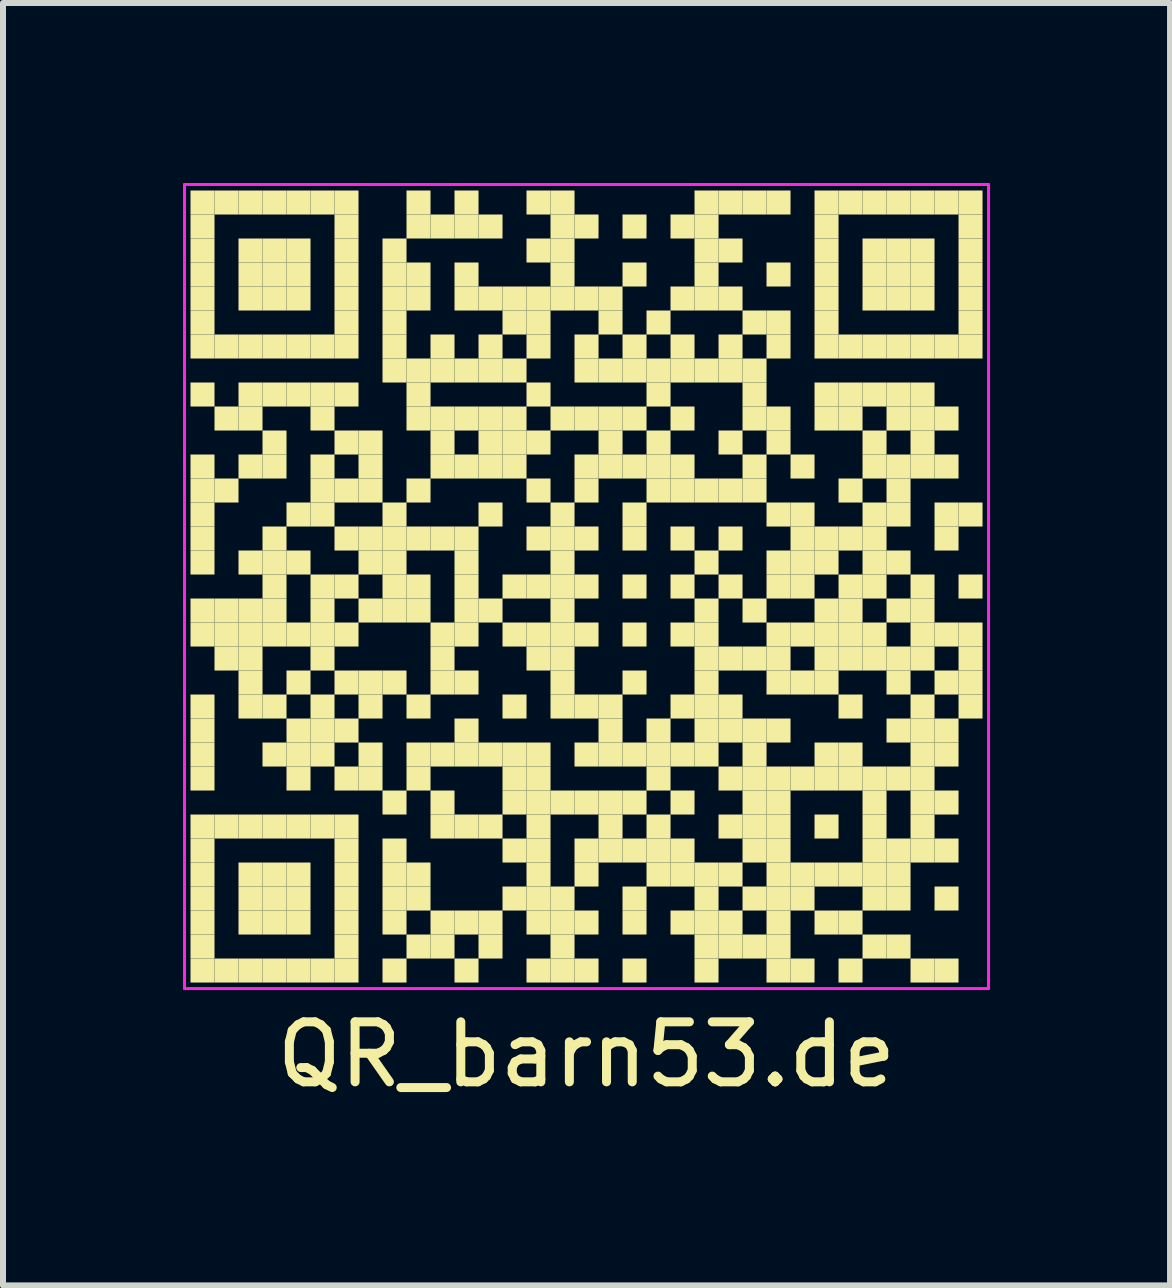
<source format=kicad_pcb>
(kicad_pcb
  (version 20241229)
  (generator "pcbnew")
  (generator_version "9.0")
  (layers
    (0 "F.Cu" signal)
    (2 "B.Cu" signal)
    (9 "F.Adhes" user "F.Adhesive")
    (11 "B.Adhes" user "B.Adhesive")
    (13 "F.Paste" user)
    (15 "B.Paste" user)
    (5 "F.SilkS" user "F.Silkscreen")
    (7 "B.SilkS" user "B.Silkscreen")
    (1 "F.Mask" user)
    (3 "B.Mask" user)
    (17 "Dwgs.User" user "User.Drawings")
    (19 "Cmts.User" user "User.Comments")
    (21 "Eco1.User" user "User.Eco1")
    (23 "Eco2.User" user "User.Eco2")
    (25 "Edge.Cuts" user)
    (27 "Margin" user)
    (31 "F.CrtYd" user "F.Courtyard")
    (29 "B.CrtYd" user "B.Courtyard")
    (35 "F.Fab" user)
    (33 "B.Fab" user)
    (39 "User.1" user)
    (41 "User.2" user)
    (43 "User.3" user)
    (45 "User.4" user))
  (footprint "QR_barn53.de"
    (layer "F.Cu")
    (at 6.725 6.725)
    (property "Reference" "QR_barn53.de" (at 0 7.8 0) (layer "F.SilkS") (effects (font (size 1 1) (thickness 0.15))))
    (attr exclude_from_pos_files exclude_from_bom)
    (fp_poly (pts (xy -6.2 -6.2) (xy -6.2 -6.6) (xy -6.6 -6.6) (xy -6.6 -6.2)) (stroke (width 0) (type solid)) (fill yes) (layer "F.SilkS"))
    (fp_poly (pts (xy -6.2 -5.8) (xy -6.2 -6.2) (xy -6.6 -6.2) (xy -6.6 -5.8)) (stroke (width 0) (type solid)) (fill yes) (layer "F.SilkS"))
    (fp_poly (pts (xy -6.2 -5.4) (xy -6.2 -5.8) (xy -6.6 -5.8) (xy -6.6 -5.4)) (stroke (width 0) (type solid)) (fill yes) (layer "F.SilkS"))
    (fp_poly (pts (xy -6.2 -5) (xy -6.2 -5.4) (xy -6.6 -5.4) (xy -6.6 -5)) (stroke (width 0) (type solid)) (fill yes) (layer "F.SilkS"))
    (fp_poly (pts (xy -6.2 -4.6) (xy -6.2 -5) (xy -6.6 -5) (xy -6.6 -4.6)) (stroke (width 0) (type solid)) (fill yes) (layer "F.SilkS"))
    (fp_poly (pts (xy -6.2 -4.2) (xy -6.2 -4.6) (xy -6.6 -4.6) (xy -6.6 -4.2)) (stroke (width 0) (type solid)) (fill yes) (layer "F.SilkS"))
    (fp_poly (pts (xy -6.2 -3.8) (xy -6.2 -4.2) (xy -6.6 -4.2) (xy -6.6 -3.8)) (stroke (width 0) (type solid)) (fill yes) (layer "F.SilkS"))
    (fp_poly (pts (xy -6.2 -3) (xy -6.2 -3.4) (xy -6.6 -3.4) (xy -6.6 -3)) (stroke (width 0) (type solid)) (fill yes) (layer "F.SilkS"))
    (fp_poly (pts (xy -6.2 -1.8) (xy -6.2 -2.2) (xy -6.6 -2.2) (xy -6.6 -1.8)) (stroke (width 0) (type solid)) (fill yes) (layer "F.SilkS"))
    (fp_poly (pts (xy -6.2 -1.4) (xy -6.2 -1.8) (xy -6.6 -1.8) (xy -6.6 -1.4)) (stroke (width 0) (type solid)) (fill yes) (layer "F.SilkS"))
    (fp_poly (pts (xy -6.2 -1) (xy -6.2 -1.4) (xy -6.6 -1.4) (xy -6.6 -1)) (stroke (width 0) (type solid)) (fill yes) (layer "F.SilkS"))
    (fp_poly (pts (xy -6.2 -0.6) (xy -6.2 -1) (xy -6.6 -1) (xy -6.6 -0.6)) (stroke (width 0) (type solid)) (fill yes) (layer "F.SilkS"))
    (fp_poly (pts (xy -6.2 -0.2) (xy -6.2 -0.6) (xy -6.6 -0.6) (xy -6.6 -0.2)) (stroke (width 0) (type solid)) (fill yes) (layer "F.SilkS"))
    (fp_poly (pts (xy -6.2 0.6) (xy -6.2 0.2) (xy -6.6 0.2) (xy -6.6 0.6)) (stroke (width 0) (type solid)) (fill yes) (layer "F.SilkS"))
    (fp_poly (pts (xy -6.2 1) (xy -6.2 0.6) (xy -6.6 0.6) (xy -6.6 1)) (stroke (width 0) (type solid)) (fill yes) (layer "F.SilkS"))
    (fp_poly (pts (xy -6.2 2.2) (xy -6.2 1.8) (xy -6.6 1.8) (xy -6.6 2.2)) (stroke (width 0) (type solid)) (fill yes) (layer "F.SilkS"))
    (fp_poly (pts (xy -6.2 2.6) (xy -6.2 2.2) (xy -6.6 2.2) (xy -6.6 2.6)) (stroke (width 0) (type solid)) (fill yes) (layer "F.SilkS"))
    (fp_poly (pts (xy -6.2 3) (xy -6.2 2.6) (xy -6.6 2.6) (xy -6.6 3)) (stroke (width 0) (type solid)) (fill yes) (layer "F.SilkS"))
    (fp_poly (pts (xy -6.2 3.4) (xy -6.2 3) (xy -6.6 3) (xy -6.6 3.4)) (stroke (width 0) (type solid)) (fill yes) (layer "F.SilkS"))
    (fp_poly (pts (xy -6.2 4.2) (xy -6.2 3.8) (xy -6.6 3.8) (xy -6.6 4.2)) (stroke (width 0) (type solid)) (fill yes) (layer "F.SilkS"))
    (fp_poly (pts (xy -6.2 4.6) (xy -6.2 4.2) (xy -6.6 4.2) (xy -6.6 4.6)) (stroke (width 0) (type solid)) (fill yes) (layer "F.SilkS"))
    (fp_poly (pts (xy -6.2 5) (xy -6.2 4.6) (xy -6.6 4.6) (xy -6.6 5)) (stroke (width 0) (type solid)) (fill yes) (layer "F.SilkS"))
    (fp_poly (pts (xy -6.2 5.4) (xy -6.2 5) (xy -6.6 5) (xy -6.6 5.4)) (stroke (width 0) (type solid)) (fill yes) (layer "F.SilkS"))
    (fp_poly (pts (xy -6.2 5.8) (xy -6.2 5.4) (xy -6.6 5.4) (xy -6.6 5.8)) (stroke (width 0) (type solid)) (fill yes) (layer "F.SilkS"))
    (fp_poly (pts (xy -6.2 6.2) (xy -6.2 5.8) (xy -6.6 5.8) (xy -6.6 6.2)) (stroke (width 0) (type solid)) (fill yes) (layer "F.SilkS"))
    (fp_poly (pts (xy -6.2 6.6) (xy -6.2 6.2) (xy -6.6 6.2) (xy -6.6 6.6)) (stroke (width 0) (type solid)) (fill yes) (layer "F.SilkS"))
    (fp_poly (pts (xy -5.8 -6.2) (xy -5.8 -6.6) (xy -6.2 -6.6) (xy -6.2 -6.2)) (stroke (width 0) (type solid)) (fill yes) (layer "F.SilkS"))
    (fp_poly (pts (xy -5.8 -3.8) (xy -5.8 -4.2) (xy -6.2 -4.2) (xy -6.2 -3.8)) (stroke (width 0) (type solid)) (fill yes) (layer "F.SilkS"))
    (fp_poly (pts (xy -5.8 -2.6) (xy -5.8 -3) (xy -6.2 -3) (xy -6.2 -2.6)) (stroke (width 0) (type solid)) (fill yes) (layer "F.SilkS"))
    (fp_poly (pts (xy -5.8 -1.4) (xy -5.8 -1.8) (xy -6.2 -1.8) (xy -6.2 -1.4)) (stroke (width 0) (type solid)) (fill yes) (layer "F.SilkS"))
    (fp_poly (pts (xy -5.8 0.6) (xy -5.8 0.2) (xy -6.2 0.2) (xy -6.2 0.6)) (stroke (width 0) (type solid)) (fill yes) (layer "F.SilkS"))
    (fp_poly (pts (xy -5.8 1) (xy -5.8 0.6) (xy -6.2 0.6) (xy -6.2 1)) (stroke (width 0) (type solid)) (fill yes) (layer "F.SilkS"))
    (fp_poly (pts (xy -5.8 1.4) (xy -5.8 1) (xy -6.2 1) (xy -6.2 1.4)) (stroke (width 0) (type solid)) (fill yes) (layer "F.SilkS"))
    (fp_poly (pts (xy -5.8 4.2) (xy -5.8 3.8) (xy -6.2 3.8) (xy -6.2 4.2)) (stroke (width 0) (type solid)) (fill yes) (layer "F.SilkS"))
    (fp_poly (pts (xy -5.8 6.6) (xy -5.8 6.2) (xy -6.2 6.2) (xy -6.2 6.6)) (stroke (width 0) (type solid)) (fill yes) (layer "F.SilkS"))
    (fp_poly (pts (xy -5.4 -6.2) (xy -5.4 -6.6) (xy -5.8 -6.6) (xy -5.8 -6.2)) (stroke (width 0) (type solid)) (fill yes) (layer "F.SilkS"))
    (fp_poly (pts (xy -5.4 -5.4) (xy -5.4 -5.8) (xy -5.8 -5.8) (xy -5.8 -5.4)) (stroke (width 0) (type solid)) (fill yes) (layer "F.SilkS"))
    (fp_poly (pts (xy -5.4 -5) (xy -5.4 -5.4) (xy -5.8 -5.4) (xy -5.8 -5)) (stroke (width 0) (type solid)) (fill yes) (layer "F.SilkS"))
    (fp_poly (pts (xy -5.4 -4.6) (xy -5.4 -5) (xy -5.8 -5) (xy -5.8 -4.6)) (stroke (width 0) (type solid)) (fill yes) (layer "F.SilkS"))
    (fp_poly (pts (xy -5.4 -3.8) (xy -5.4 -4.2) (xy -5.8 -4.2) (xy -5.8 -3.8)) (stroke (width 0) (type solid)) (fill yes) (layer "F.SilkS"))
    (fp_poly (pts (xy -5.4 -3) (xy -5.4 -3.4) (xy -5.8 -3.4) (xy -5.8 -3)) (stroke (width 0) (type solid)) (fill yes) (layer "F.SilkS"))
    (fp_poly (pts (xy -5.4 -2.6) (xy -5.4 -3) (xy -5.8 -3) (xy -5.8 -2.6)) (stroke (width 0) (type solid)) (fill yes) (layer "F.SilkS"))
    (fp_poly (pts (xy -5.4 -1.8) (xy -5.4 -2.2) (xy -5.8 -2.2) (xy -5.8 -1.8)) (stroke (width 0) (type solid)) (fill yes) (layer "F.SilkS"))
    (fp_poly (pts (xy -5.4 -0.2) (xy -5.4 -0.6) (xy -5.8 -0.6) (xy -5.8 -0.2)) (stroke (width 0) (type solid)) (fill yes) (layer "F.SilkS"))
    (fp_poly (pts (xy -5.4 0.6) (xy -5.4 0.2) (xy -5.8 0.2) (xy -5.8 0.6)) (stroke (width 0) (type solid)) (fill yes) (layer "F.SilkS"))
    (fp_poly (pts (xy -5.4 1) (xy -5.4 0.6) (xy -5.8 0.6) (xy -5.8 1)) (stroke (width 0) (type solid)) (fill yes) (layer "F.SilkS"))
    (fp_poly (pts (xy -5.4 1.4) (xy -5.4 1) (xy -5.8 1) (xy -5.8 1.4)) (stroke (width 0) (type solid)) (fill yes) (layer "F.SilkS"))
    (fp_poly (pts (xy -5.4 1.8) (xy -5.4 1.4) (xy -5.8 1.4) (xy -5.8 1.8)) (stroke (width 0) (type solid)) (fill yes) (layer "F.SilkS"))
    (fp_poly (pts (xy -5.4 2.2) (xy -5.4 1.8) (xy -5.8 1.8) (xy -5.8 2.2)) (stroke (width 0) (type solid)) (fill yes) (layer "F.SilkS"))
    (fp_poly (pts (xy -5.4 4.2) (xy -5.4 3.8) (xy -5.8 3.8) (xy -5.8 4.2)) (stroke (width 0) (type solid)) (fill yes) (layer "F.SilkS"))
    (fp_poly (pts (xy -5.4 5) (xy -5.4 4.6) (xy -5.8 4.6) (xy -5.8 5)) (stroke (width 0) (type solid)) (fill yes) (layer "F.SilkS"))
    (fp_poly (pts (xy -5.4 5.4) (xy -5.4 5) (xy -5.8 5) (xy -5.8 5.4)) (stroke (width 0) (type solid)) (fill yes) (layer "F.SilkS"))
    (fp_poly (pts (xy -5.4 5.8) (xy -5.4 5.4) (xy -5.8 5.4) (xy -5.8 5.8)) (stroke (width 0) (type solid)) (fill yes) (layer "F.SilkS"))
    (fp_poly (pts (xy -5.4 6.6) (xy -5.4 6.2) (xy -5.8 6.2) (xy -5.8 6.6)) (stroke (width 0) (type solid)) (fill yes) (layer "F.SilkS"))
    (fp_poly (pts (xy -5 -6.2) (xy -5 -6.6) (xy -5.4 -6.6) (xy -5.4 -6.2)) (stroke (width 0) (type solid)) (fill yes) (layer "F.SilkS"))
    (fp_poly (pts (xy -5 -5.4) (xy -5 -5.8) (xy -5.4 -5.8) (xy -5.4 -5.4)) (stroke (width 0) (type solid)) (fill yes) (layer "F.SilkS"))
    (fp_poly (pts (xy -5 -5) (xy -5 -5.4) (xy -5.4 -5.4) (xy -5.4 -5)) (stroke (width 0) (type solid)) (fill yes) (layer "F.SilkS"))
    (fp_poly (pts (xy -5 -4.6) (xy -5 -5) (xy -5.4 -5) (xy -5.4 -4.6)) (stroke (width 0) (type solid)) (fill yes) (layer "F.SilkS"))
    (fp_poly (pts (xy -5 -3.8) (xy -5 -4.2) (xy -5.4 -4.2) (xy -5.4 -3.8)) (stroke (width 0) (type solid)) (fill yes) (layer "F.SilkS"))
    (fp_poly (pts (xy -5 -3) (xy -5 -3.4) (xy -5.4 -3.4) (xy -5.4 -3)) (stroke (width 0) (type solid)) (fill yes) (layer "F.SilkS"))
    (fp_poly (pts (xy -5 -2.2) (xy -5 -2.6) (xy -5.4 -2.6) (xy -5.4 -2.2)) (stroke (width 0) (type solid)) (fill yes) (layer "F.SilkS"))
    (fp_poly (pts (xy -5 -1.8) (xy -5 -2.2) (xy -5.4 -2.2) (xy -5.4 -1.8)) (stroke (width 0) (type solid)) (fill yes) (layer "F.SilkS"))
    (fp_poly (pts (xy -5 -0.6) (xy -5 -1) (xy -5.4 -1) (xy -5.4 -0.6)) (stroke (width 0) (type solid)) (fill yes) (layer "F.SilkS"))
    (fp_poly (pts (xy -5 -0.2) (xy -5 -0.6) (xy -5.4 -0.6) (xy -5.4 -0.2)) (stroke (width 0) (type solid)) (fill yes) (layer "F.SilkS"))
    (fp_poly (pts (xy -5 0.2) (xy -5 -0.2) (xy -5.4 -0.2) (xy -5.4 0.2)) (stroke (width 0) (type solid)) (fill yes) (layer "F.SilkS"))
    (fp_poly (pts (xy -5 0.6) (xy -5 0.2) (xy -5.4 0.2) (xy -5.4 0.6)) (stroke (width 0) (type solid)) (fill yes) (layer "F.SilkS"))
    (fp_poly (pts (xy -5 1) (xy -5 0.6) (xy -5.4 0.6) (xy -5.4 1)) (stroke (width 0) (type solid)) (fill yes) (layer "F.SilkS"))
    (fp_poly (pts (xy -5 2.2) (xy -5 1.8) (xy -5.4 1.8) (xy -5.4 2.2)) (stroke (width 0) (type solid)) (fill yes) (layer "F.SilkS"))
    (fp_poly (pts (xy -5 3) (xy -5 2.6) (xy -5.4 2.6) (xy -5.4 3)) (stroke (width 0) (type solid)) (fill yes) (layer "F.SilkS"))
    (fp_poly (pts (xy -5 4.2) (xy -5 3.8) (xy -5.4 3.8) (xy -5.4 4.2)) (stroke (width 0) (type solid)) (fill yes) (layer "F.SilkS"))
    (fp_poly (pts (xy -5 5) (xy -5 4.6) (xy -5.4 4.6) (xy -5.4 5)) (stroke (width 0) (type solid)) (fill yes) (layer "F.SilkS"))
    (fp_poly (pts (xy -5 5.4) (xy -5 5) (xy -5.4 5) (xy -5.4 5.4)) (stroke (width 0) (type solid)) (fill yes) (layer "F.SilkS"))
    (fp_poly (pts (xy -5 5.8) (xy -5 5.4) (xy -5.4 5.4) (xy -5.4 5.8)) (stroke (width 0) (type solid)) (fill yes) (layer "F.SilkS"))
    (fp_poly (pts (xy -5 6.6) (xy -5 6.2) (xy -5.4 6.2) (xy -5.4 6.6)) (stroke (width 0) (type solid)) (fill yes) (layer "F.SilkS"))
    (fp_poly (pts (xy -4.6 -6.2) (xy -4.6 -6.6) (xy -5 -6.6) (xy -5 -6.2)) (stroke (width 0) (type solid)) (fill yes) (layer "F.SilkS"))
    (fp_poly (pts (xy -4.6 -5.4) (xy -4.6 -5.8) (xy -5 -5.8) (xy -5 -5.4)) (stroke (width 0) (type solid)) (fill yes) (layer "F.SilkS"))
    (fp_poly (pts (xy -4.6 -5) (xy -4.6 -5.4) (xy -5 -5.4) (xy -5 -5)) (stroke (width 0) (type solid)) (fill yes) (layer "F.SilkS"))
    (fp_poly (pts (xy -4.6 -4.6) (xy -4.6 -5) (xy -5 -5) (xy -5 -4.6)) (stroke (width 0) (type solid)) (fill yes) (layer "F.SilkS"))
    (fp_poly (pts (xy -4.6 -3.8) (xy -4.6 -4.2) (xy -5 -4.2) (xy -5 -3.8)) (stroke (width 0) (type solid)) (fill yes) (layer "F.SilkS"))
    (fp_poly (pts (xy -4.6 -3) (xy -4.6 -3.4) (xy -5 -3.4) (xy -5 -3)) (stroke (width 0) (type solid)) (fill yes) (layer "F.SilkS"))
    (fp_poly (pts (xy -4.6 -1) (xy -4.6 -1.4) (xy -5 -1.4) (xy -5 -1)) (stroke (width 0) (type solid)) (fill yes) (layer "F.SilkS"))
    (fp_poly (pts (xy -4.6 -0.2) (xy -4.6 -0.6) (xy -5 -0.6) (xy -5 -0.2)) (stroke (width 0) (type solid)) (fill yes) (layer "F.SilkS"))
    (fp_poly (pts (xy -4.6 1) (xy -4.6 0.6) (xy -5 0.6) (xy -5 1)) (stroke (width 0) (type solid)) (fill yes) (layer "F.SilkS"))
    (fp_poly (pts (xy -4.6 1.8) (xy -4.6 1.4) (xy -5 1.4) (xy -5 1.8)) (stroke (width 0) (type solid)) (fill yes) (layer "F.SilkS"))
    (fp_poly (pts (xy -4.6 2.6) (xy -4.6 2.2) (xy -5 2.2) (xy -5 2.6)) (stroke (width 0) (type solid)) (fill yes) (layer "F.SilkS"))
    (fp_poly (pts (xy -4.6 3) (xy -4.6 2.6) (xy -5 2.6) (xy -5 3)) (stroke (width 0) (type solid)) (fill yes) (layer "F.SilkS"))
    (fp_poly (pts (xy -4.6 3.4) (xy -4.6 3) (xy -5 3) (xy -5 3.4)) (stroke (width 0) (type solid)) (fill yes) (layer "F.SilkS"))
    (fp_poly (pts (xy -4.6 4.2) (xy -4.6 3.8) (xy -5 3.8) (xy -5 4.2)) (stroke (width 0) (type solid)) (fill yes) (layer "F.SilkS"))
    (fp_poly (pts (xy -4.6 5) (xy -4.6 4.6) (xy -5 4.6) (xy -5 5)) (stroke (width 0) (type solid)) (fill yes) (layer "F.SilkS"))
    (fp_poly (pts (xy -4.6 5.4) (xy -4.6 5) (xy -5 5) (xy -5 5.4)) (stroke (width 0) (type solid)) (fill yes) (layer "F.SilkS"))
    (fp_poly (pts (xy -4.6 5.8) (xy -4.6 5.4) (xy -5 5.4) (xy -5 5.8)) (stroke (width 0) (type solid)) (fill yes) (layer "F.SilkS"))
    (fp_poly (pts (xy -4.6 6.6) (xy -4.6 6.2) (xy -5 6.2) (xy -5 6.6)) (stroke (width 0) (type solid)) (fill yes) (layer "F.SilkS"))
    (fp_poly (pts (xy -4.2 -6.2) (xy -4.2 -6.6) (xy -4.6 -6.6) (xy -4.6 -6.2)) (stroke (width 0) (type solid)) (fill yes) (layer "F.SilkS"))
    (fp_poly (pts (xy -4.2 -3.8) (xy -4.2 -4.2) (xy -4.6 -4.2) (xy -4.6 -3.8)) (stroke (width 0) (type solid)) (fill yes) (layer "F.SilkS"))
    (fp_poly (pts (xy -4.2 -3) (xy -4.2 -3.4) (xy -4.6 -3.4) (xy -4.6 -3)) (stroke (width 0) (type solid)) (fill yes) (layer "F.SilkS"))
    (fp_poly (pts (xy -4.2 -2.6) (xy -4.2 -3) (xy -4.6 -3) (xy -4.6 -2.6)) (stroke (width 0) (type solid)) (fill yes) (layer "F.SilkS"))
    (fp_poly (pts (xy -4.2 -1.8) (xy -4.2 -2.2) (xy -4.6 -2.2) (xy -4.6 -1.8)) (stroke (width 0) (type solid)) (fill yes) (layer "F.SilkS"))
    (fp_poly (pts (xy -4.2 -1.4) (xy -4.2 -1.8) (xy -4.6 -1.8) (xy -4.6 -1.4)) (stroke (width 0) (type solid)) (fill yes) (layer "F.SilkS"))
    (fp_poly (pts (xy -4.2 -1) (xy -4.2 -1.4) (xy -4.6 -1.4) (xy -4.6 -1)) (stroke (width 0) (type solid)) (fill yes) (layer "F.SilkS"))
    (fp_poly (pts (xy -4.2 0.2) (xy -4.2 -0.2) (xy -4.6 -0.2) (xy -4.6 0.2)) (stroke (width 0) (type solid)) (fill yes) (layer "F.SilkS"))
    (fp_poly (pts (xy -4.2 0.6) (xy -4.2 0.2) (xy -4.6 0.2) (xy -4.6 0.6)) (stroke (width 0) (type solid)) (fill yes) (layer "F.SilkS"))
    (fp_poly (pts (xy -4.2 1) (xy -4.2 0.6) (xy -4.6 0.6) (xy -4.6 1)) (stroke (width 0) (type solid)) (fill yes) (layer "F.SilkS"))
    (fp_poly (pts (xy -4.2 1.4) (xy -4.2 1) (xy -4.6 1) (xy -4.6 1.4)) (stroke (width 0) (type solid)) (fill yes) (layer "F.SilkS"))
    (fp_poly (pts (xy -4.2 2.2) (xy -4.2 1.8) (xy -4.6 1.8) (xy -4.6 2.2)) (stroke (width 0) (type solid)) (fill yes) (layer "F.SilkS"))
    (fp_poly (pts (xy -4.2 2.6) (xy -4.2 2.2) (xy -4.6 2.2) (xy -4.6 2.6)) (stroke (width 0) (type solid)) (fill yes) (layer "F.SilkS"))
    (fp_poly (pts (xy -4.2 3) (xy -4.2 2.6) (xy -4.6 2.6) (xy -4.6 3)) (stroke (width 0) (type solid)) (fill yes) (layer "F.SilkS"))
    (fp_poly (pts (xy -4.2 4.2) (xy -4.2 3.8) (xy -4.6 3.8) (xy -4.6 4.2)) (stroke (width 0) (type solid)) (fill yes) (layer "F.SilkS"))
    (fp_poly (pts (xy -4.2 6.6) (xy -4.2 6.2) (xy -4.6 6.2) (xy -4.6 6.6)) (stroke (width 0) (type solid)) (fill yes) (layer "F.SilkS"))
    (fp_poly (pts (xy -3.8 -6.2) (xy -3.8 -6.6) (xy -4.2 -6.6) (xy -4.2 -6.2)) (stroke (width 0) (type solid)) (fill yes) (layer "F.SilkS"))
    (fp_poly (pts (xy -3.8 -5.8) (xy -3.8 -6.2) (xy -4.2 -6.2) (xy -4.2 -5.8)) (stroke (width 0) (type solid)) (fill yes) (layer "F.SilkS"))
    (fp_poly (pts (xy -3.8 -5.4) (xy -3.8 -5.8) (xy -4.2 -5.8) (xy -4.2 -5.4)) (stroke (width 0) (type solid)) (fill yes) (layer "F.SilkS"))
    (fp_poly (pts (xy -3.8 -5) (xy -3.8 -5.4) (xy -4.2 -5.4) (xy -4.2 -5)) (stroke (width 0) (type solid)) (fill yes) (layer "F.SilkS"))
    (fp_poly (pts (xy -3.8 -4.6) (xy -3.8 -5) (xy -4.2 -5) (xy -4.2 -4.6)) (stroke (width 0) (type solid)) (fill yes) (layer "F.SilkS"))
    (fp_poly (pts (xy -3.8 -4.2) (xy -3.8 -4.6) (xy -4.2 -4.6) (xy -4.2 -4.2)) (stroke (width 0) (type solid)) (fill yes) (layer "F.SilkS"))
    (fp_poly (pts (xy -3.8 -3.8) (xy -3.8 -4.2) (xy -4.2 -4.2) (xy -4.2 -3.8)) (stroke (width 0) (type solid)) (fill yes) (layer "F.SilkS"))
    (fp_poly (pts (xy -3.8 -3) (xy -3.8 -3.4) (xy -4.2 -3.4) (xy -4.2 -3)) (stroke (width 0) (type solid)) (fill yes) (layer "F.SilkS"))
    (fp_poly (pts (xy -3.8 -2.2) (xy -3.8 -2.6) (xy -4.2 -2.6) (xy -4.2 -2.2)) (stroke (width 0) (type solid)) (fill yes) (layer "F.SilkS"))
    (fp_poly (pts (xy -3.8 -1.4) (xy -3.8 -1.8) (xy -4.2 -1.8) (xy -4.2 -1.4)) (stroke (width 0) (type solid)) (fill yes) (layer "F.SilkS"))
    (fp_poly (pts (xy -3.8 -0.6) (xy -3.8 -1) (xy -4.2 -1) (xy -4.2 -0.6)) (stroke (width 0) (type solid)) (fill yes) (layer "F.SilkS"))
    (fp_poly (pts (xy -3.8 0.2) (xy -3.8 -0.2) (xy -4.2 -0.2) (xy -4.2 0.2)) (stroke (width 0) (type solid)) (fill yes) (layer "F.SilkS"))
    (fp_poly (pts (xy -3.8 1) (xy -3.8 0.6) (xy -4.2 0.6) (xy -4.2 1)) (stroke (width 0) (type solid)) (fill yes) (layer "F.SilkS"))
    (fp_poly (pts (xy -3.8 1.8) (xy -3.8 1.4) (xy -4.2 1.4) (xy -4.2 1.8)) (stroke (width 0) (type solid)) (fill yes) (layer "F.SilkS"))
    (fp_poly (pts (xy -3.8 2.6) (xy -3.8 2.2) (xy -4.2 2.2) (xy -4.2 2.6)) (stroke (width 0) (type solid)) (fill yes) (layer "F.SilkS"))
    (fp_poly (pts (xy -3.8 3.4) (xy -3.8 3) (xy -4.2 3) (xy -4.2 3.4)) (stroke (width 0) (type solid)) (fill yes) (layer "F.SilkS"))
    (fp_poly (pts (xy -3.8 4.2) (xy -3.8 3.8) (xy -4.2 3.8) (xy -4.2 4.2)) (stroke (width 0) (type solid)) (fill yes) (layer "F.SilkS"))
    (fp_poly (pts (xy -3.8 4.6) (xy -3.8 4.2) (xy -4.2 4.2) (xy -4.2 4.6)) (stroke (width 0) (type solid)) (fill yes) (layer "F.SilkS"))
    (fp_poly (pts (xy -3.8 5) (xy -3.8 4.6) (xy -4.2 4.6) (xy -4.2 5)) (stroke (width 0) (type solid)) (fill yes) (layer "F.SilkS"))
    (fp_poly (pts (xy -3.8 5.4) (xy -3.8 5) (xy -4.2 5) (xy -4.2 5.4)) (stroke (width 0) (type solid)) (fill yes) (layer "F.SilkS"))
    (fp_poly (pts (xy -3.8 5.8) (xy -3.8 5.4) (xy -4.2 5.4) (xy -4.2 5.8)) (stroke (width 0) (type solid)) (fill yes) (layer "F.SilkS"))
    (fp_poly (pts (xy -3.8 6.2) (xy -3.8 5.8) (xy -4.2 5.8) (xy -4.2 6.2)) (stroke (width 0) (type solid)) (fill yes) (layer "F.SilkS"))
    (fp_poly (pts (xy -3.8 6.6) (xy -3.8 6.2) (xy -4.2 6.2) (xy -4.2 6.6)) (stroke (width 0) (type solid)) (fill yes) (layer "F.SilkS"))
    (fp_poly (pts (xy -3.4 -2.2) (xy -3.4 -2.6) (xy -3.8 -2.6) (xy -3.8 -2.2)) (stroke (width 0) (type solid)) (fill yes) (layer "F.SilkS"))
    (fp_poly (pts (xy -3.4 -1.8) (xy -3.4 -2.2) (xy -3.8 -2.2) (xy -3.8 -1.8)) (stroke (width 0) (type solid)) (fill yes) (layer "F.SilkS"))
    (fp_poly (pts (xy -3.4 -1.4) (xy -3.4 -1.8) (xy -3.8 -1.8) (xy -3.8 -1.4)) (stroke (width 0) (type solid)) (fill yes) (layer "F.SilkS"))
    (fp_poly (pts (xy -3.4 -0.6) (xy -3.4 -1) (xy -3.8 -1) (xy -3.8 -0.6)) (stroke (width 0) (type solid)) (fill yes) (layer "F.SilkS"))
    (fp_poly (pts (xy -3.4 -0.2) (xy -3.4 -0.6) (xy -3.8 -0.6) (xy -3.8 -0.2)) (stroke (width 0) (type solid)) (fill yes) (layer "F.SilkS"))
    (fp_poly (pts (xy -3.4 0.6) (xy -3.4 0.2) (xy -3.8 0.2) (xy -3.8 0.6)) (stroke (width 0) (type solid)) (fill yes) (layer "F.SilkS"))
    (fp_poly (pts (xy -3.4 1.8) (xy -3.4 1.4) (xy -3.8 1.4) (xy -3.8 1.8)) (stroke (width 0) (type solid)) (fill yes) (layer "F.SilkS"))
    (fp_poly (pts (xy -3.4 2.2) (xy -3.4 1.8) (xy -3.8 1.8) (xy -3.8 2.2)) (stroke (width 0) (type solid)) (fill yes) (layer "F.SilkS"))
    (fp_poly (pts (xy -3.4 3) (xy -3.4 2.6) (xy -3.8 2.6) (xy -3.8 3)) (stroke (width 0) (type solid)) (fill yes) (layer "F.SilkS"))
    (fp_poly (pts (xy -3.4 3.4) (xy -3.4 3) (xy -3.8 3) (xy -3.8 3.4)) (stroke (width 0) (type solid)) (fill yes) (layer "F.SilkS"))
    (fp_poly (pts (xy -3 -5.4) (xy -3 -5.8) (xy -3.4 -5.8) (xy -3.4 -5.4)) (stroke (width 0) (type solid)) (fill yes) (layer "F.SilkS"))
    (fp_poly (pts (xy -3 -5) (xy -3 -5.4) (xy -3.4 -5.4) (xy -3.4 -5)) (stroke (width 0) (type solid)) (fill yes) (layer "F.SilkS"))
    (fp_poly (pts (xy -3 -4.6) (xy -3 -5) (xy -3.4 -5) (xy -3.4 -4.6)) (stroke (width 0) (type solid)) (fill yes) (layer "F.SilkS"))
    (fp_poly (pts (xy -3 -4.2) (xy -3 -4.6) (xy -3.4 -4.6) (xy -3.4 -4.2)) (stroke (width 0) (type solid)) (fill yes) (layer "F.SilkS"))
    (fp_poly (pts (xy -3 -3.8) (xy -3 -4.2) (xy -3.4 -4.2) (xy -3.4 -3.8)) (stroke (width 0) (type solid)) (fill yes) (layer "F.SilkS"))
    (fp_poly (pts (xy -3 -3.4) (xy -3 -3.8) (xy -3.4 -3.8) (xy -3.4 -3.4)) (stroke (width 0) (type solid)) (fill yes) (layer "F.SilkS"))
    (fp_poly (pts (xy -3 -1) (xy -3 -1.4) (xy -3.4 -1.4) (xy -3.4 -1)) (stroke (width 0) (type solid)) (fill yes) (layer "F.SilkS"))
    (fp_poly (pts (xy -3 -0.6) (xy -3 -1) (xy -3.4 -1) (xy -3.4 -0.6)) (stroke (width 0) (type solid)) (fill yes) (layer "F.SilkS"))
    (fp_poly (pts (xy -3 -0.2) (xy -3 -0.6) (xy -3.4 -0.6) (xy -3.4 -0.2)) (stroke (width 0) (type solid)) (fill yes) (layer "F.SilkS"))
    (fp_poly (pts (xy -3 0.2) (xy -3 -0.2) (xy -3.4 -0.2) (xy -3.4 0.2)) (stroke (width 0) (type solid)) (fill yes) (layer "F.SilkS"))
    (fp_poly (pts (xy -3 0.6) (xy -3 0.2) (xy -3.4 0.2) (xy -3.4 0.6)) (stroke (width 0) (type solid)) (fill yes) (layer "F.SilkS"))
    (fp_poly (pts (xy -3 1.8) (xy -3 1.4) (xy -3.4 1.4) (xy -3.4 1.8)) (stroke (width 0) (type solid)) (fill yes) (layer "F.SilkS"))
    (fp_poly (pts (xy -3 3.8) (xy -3 3.4) (xy -3.4 3.4) (xy -3.4 3.8)) (stroke (width 0) (type solid)) (fill yes) (layer "F.SilkS"))
    (fp_poly (pts (xy -3 4.6) (xy -3 4.2) (xy -3.4 4.2) (xy -3.4 4.6)) (stroke (width 0) (type solid)) (fill yes) (layer "F.SilkS"))
    (fp_poly (pts (xy -3 5) (xy -3 4.6) (xy -3.4 4.6) (xy -3.4 5)) (stroke (width 0) (type solid)) (fill yes) (layer "F.SilkS"))
    (fp_poly (pts (xy -3 5.4) (xy -3 5) (xy -3.4 5) (xy -3.4 5.4)) (stroke (width 0) (type solid)) (fill yes) (layer "F.SilkS"))
    (fp_poly (pts (xy -3 5.8) (xy -3 5.4) (xy -3.4 5.4) (xy -3.4 5.8)) (stroke (width 0) (type solid)) (fill yes) (layer "F.SilkS"))
    (fp_poly (pts (xy -3 6.6) (xy -3 6.2) (xy -3.4 6.2) (xy -3.4 6.6)) (stroke (width 0) (type solid)) (fill yes) (layer "F.SilkS"))
    (fp_poly (pts (xy -2.6 -6.2) (xy -2.6 -6.6) (xy -3 -6.6) (xy -3 -6.2)) (stroke (width 0) (type solid)) (fill yes) (layer "F.SilkS"))
    (fp_poly (pts (xy -2.6 -5.8) (xy -2.6 -6.2) (xy -3 -6.2) (xy -3 -5.8)) (stroke (width 0) (type solid)) (fill yes) (layer "F.SilkS"))
    (fp_poly (pts (xy -2.6 -5) (xy -2.6 -5.4) (xy -3 -5.4) (xy -3 -5)) (stroke (width 0) (type solid)) (fill yes) (layer "F.SilkS"))
    (fp_poly (pts (xy -2.6 -4.6) (xy -2.6 -5) (xy -3 -5) (xy -3 -4.6)) (stroke (width 0) (type solid)) (fill yes) (layer "F.SilkS"))
    (fp_poly (pts (xy -2.6 -3.4) (xy -2.6 -3.8) (xy -3 -3.8) (xy -3 -3.4)) (stroke (width 0) (type solid)) (fill yes) (layer "F.SilkS"))
    (fp_poly (pts (xy -2.6 -3) (xy -2.6 -3.4) (xy -3 -3.4) (xy -3 -3)) (stroke (width 0) (type solid)) (fill yes) (layer "F.SilkS"))
    (fp_poly (pts (xy -2.6 -2.6) (xy -2.6 -3) (xy -3 -3) (xy -3 -2.6)) (stroke (width 0) (type solid)) (fill yes) (layer "F.SilkS"))
    (fp_poly (pts (xy -2.6 -1.4) (xy -2.6 -1.8) (xy -3 -1.8) (xy -3 -1.4)) (stroke (width 0) (type solid)) (fill yes) (layer "F.SilkS"))
    (fp_poly (pts (xy -2.6 -0.6) (xy -2.6 -1) (xy -3 -1) (xy -3 -0.6)) (stroke (width 0) (type solid)) (fill yes) (layer "F.SilkS"))
    (fp_poly (pts (xy -2.6 0.2) (xy -2.6 -0.2) (xy -3 -0.2) (xy -3 0.2)) (stroke (width 0) (type solid)) (fill yes) (layer "F.SilkS"))
    (fp_poly (pts (xy -2.6 0.6) (xy -2.6 0.2) (xy -3 0.2) (xy -3 0.6)) (stroke (width 0) (type solid)) (fill yes) (layer "F.SilkS"))
    (fp_poly (pts (xy -2.6 2.2) (xy -2.6 1.8) (xy -3 1.8) (xy -3 2.2)) (stroke (width 0) (type solid)) (fill yes) (layer "F.SilkS"))
    (fp_poly (pts (xy -2.6 3) (xy -2.6 2.6) (xy -3 2.6) (xy -3 3)) (stroke (width 0) (type solid)) (fill yes) (layer "F.SilkS"))
    (fp_poly (pts (xy -2.6 3.4) (xy -2.6 3) (xy -3 3) (xy -3 3.4)) (stroke (width 0) (type solid)) (fill yes) (layer "F.SilkS"))
    (fp_poly (pts (xy -2.6 5) (xy -2.6 4.6) (xy -3 4.6) (xy -3 5)) (stroke (width 0) (type solid)) (fill yes) (layer "F.SilkS"))
    (fp_poly (pts (xy -2.6 5.4) (xy -2.6 5) (xy -3 5) (xy -3 5.4)) (stroke (width 0) (type solid)) (fill yes) (layer "F.SilkS"))
    (fp_poly (pts (xy -2.6 6.2) (xy -2.6 5.8) (xy -3 5.8) (xy -3 6.2)) (stroke (width 0) (type solid)) (fill yes) (layer "F.SilkS"))
    (fp_poly (pts (xy -2.2 -5.8) (xy -2.2 -6.2) (xy -2.6 -6.2) (xy -2.6 -5.8)) (stroke (width 0) (type solid)) (fill yes) (layer "F.SilkS"))
    (fp_poly (pts (xy -2.2 -3.8) (xy -2.2 -4.2) (xy -2.6 -4.2) (xy -2.6 -3.8)) (stroke (width 0) (type solid)) (fill yes) (layer "F.SilkS"))
    (fp_poly (pts (xy -2.2 -3.4) (xy -2.2 -3.8) (xy -2.6 -3.8) (xy -2.6 -3.4)) (stroke (width 0) (type solid)) (fill yes) (layer "F.SilkS"))
    (fp_poly (pts (xy -2.2 -2.6) (xy -2.2 -3) (xy -2.6 -3) (xy -2.6 -2.6)) (stroke (width 0) (type solid)) (fill yes) (layer "F.SilkS"))
    (fp_poly (pts (xy -2.2 -2.2) (xy -2.2 -2.6) (xy -2.6 -2.6) (xy -2.6 -2.2)) (stroke (width 0) (type solid)) (fill yes) (layer "F.SilkS"))
    (fp_poly (pts (xy -2.2 -1.8) (xy -2.2 -2.2) (xy -2.6 -2.2) (xy -2.6 -1.8)) (stroke (width 0) (type solid)) (fill yes) (layer "F.SilkS"))
    (fp_poly (pts (xy -2.2 -0.6) (xy -2.2 -1) (xy -2.6 -1) (xy -2.6 -0.6)) (stroke (width 0) (type solid)) (fill yes) (layer "F.SilkS"))
    (fp_poly (pts (xy -2.2 1) (xy -2.2 0.6) (xy -2.6 0.6) (xy -2.6 1)) (stroke (width 0) (type solid)) (fill yes) (layer "F.SilkS"))
    (fp_poly (pts (xy -2.2 1.4) (xy -2.2 1) (xy -2.6 1) (xy -2.6 1.4)) (stroke (width 0) (type solid)) (fill yes) (layer "F.SilkS"))
    (fp_poly (pts (xy -2.2 1.8) (xy -2.2 1.4) (xy -2.6 1.4) (xy -2.6 1.8)) (stroke (width 0) (type solid)) (fill yes) (layer "F.SilkS"))
    (fp_poly (pts (xy -2.2 3) (xy -2.2 2.6) (xy -2.6 2.6) (xy -2.6 3)) (stroke (width 0) (type solid)) (fill yes) (layer "F.SilkS"))
    (fp_poly (pts (xy -2.2 3.8) (xy -2.2 3.4) (xy -2.6 3.4) (xy -2.6 3.8)) (stroke (width 0) (type solid)) (fill yes) (layer "F.SilkS"))
    (fp_poly (pts (xy -2.2 4.2) (xy -2.2 3.8) (xy -2.6 3.8) (xy -2.6 4.2)) (stroke (width 0) (type solid)) (fill yes) (layer "F.SilkS"))
    (fp_poly (pts (xy -2.2 5.8) (xy -2.2 5.4) (xy -2.6 5.4) (xy -2.6 5.8)) (stroke (width 0) (type solid)) (fill yes) (layer "F.SilkS"))
    (fp_poly (pts (xy -2.2 6.2) (xy -2.2 5.8) (xy -2.6 5.8) (xy -2.6 6.2)) (stroke (width 0) (type solid)) (fill yes) (layer "F.SilkS"))
    (fp_poly (pts (xy -1.8 -6.2) (xy -1.8 -6.6) (xy -2.2 -6.6) (xy -2.2 -6.2)) (stroke (width 0) (type solid)) (fill yes) (layer "F.SilkS"))
    (fp_poly (pts (xy -1.8 -5.8) (xy -1.8 -6.2) (xy -2.2 -6.2) (xy -2.2 -5.8)) (stroke (width 0) (type solid)) (fill yes) (layer "F.SilkS"))
    (fp_poly (pts (xy -1.8 -5) (xy -1.8 -5.4) (xy -2.2 -5.4) (xy -2.2 -5)) (stroke (width 0) (type solid)) (fill yes) (layer "F.SilkS"))
    (fp_poly (pts (xy -1.8 -4.6) (xy -1.8 -5) (xy -2.2 -5) (xy -2.2 -4.6)) (stroke (width 0) (type solid)) (fill yes) (layer "F.SilkS"))
    (fp_poly (pts (xy -1.8 -3.4) (xy -1.8 -3.8) (xy -2.2 -3.8) (xy -2.2 -3.4)) (stroke (width 0) (type solid)) (fill yes) (layer "F.SilkS"))
    (fp_poly (pts (xy -1.8 -2.6) (xy -1.8 -3) (xy -2.2 -3) (xy -2.2 -2.6)) (stroke (width 0) (type solid)) (fill yes) (layer "F.SilkS"))
    (fp_poly (pts (xy -1.8 -1.8) (xy -1.8 -2.2) (xy -2.2 -2.2) (xy -2.2 -1.8)) (stroke (width 0) (type solid)) (fill yes) (layer "F.SilkS"))
    (fp_poly (pts (xy -1.8 -0.6) (xy -1.8 -1) (xy -2.2 -1) (xy -2.2 -0.6)) (stroke (width 0) (type solid)) (fill yes) (layer "F.SilkS"))
    (fp_poly (pts (xy -1.8 -0.2) (xy -1.8 -0.6) (xy -2.2 -0.6) (xy -2.2 -0.2)) (stroke (width 0) (type solid)) (fill yes) (layer "F.SilkS"))
    (fp_poly (pts (xy -1.8 0.2) (xy -1.8 -0.2) (xy -2.2 -0.2) (xy -2.2 0.2)) (stroke (width 0) (type solid)) (fill yes) (layer "F.SilkS"))
    (fp_poly (pts (xy -1.8 0.6) (xy -1.8 0.2) (xy -2.2 0.2) (xy -2.2 0.6)) (stroke (width 0) (type solid)) (fill yes) (layer "F.SilkS"))
    (fp_poly (pts (xy -1.8 1) (xy -1.8 0.6) (xy -2.2 0.6) (xy -2.2 1)) (stroke (width 0) (type solid)) (fill yes) (layer "F.SilkS"))
    (fp_poly (pts (xy -1.8 1.8) (xy -1.8 1.4) (xy -2.2 1.4) (xy -2.2 1.8)) (stroke (width 0) (type solid)) (fill yes) (layer "F.SilkS"))
    (fp_poly (pts (xy -1.8 2.6) (xy -1.8 2.2) (xy -2.2 2.2) (xy -2.2 2.6)) (stroke (width 0) (type solid)) (fill yes) (layer "F.SilkS"))
    (fp_poly (pts (xy -1.8 3) (xy -1.8 2.6) (xy -2.2 2.6) (xy -2.2 3)) (stroke (width 0) (type solid)) (fill yes) (layer "F.SilkS"))
    (fp_poly (pts (xy -1.8 4.2) (xy -1.8 3.8) (xy -2.2 3.8) (xy -2.2 4.2)) (stroke (width 0) (type solid)) (fill yes) (layer "F.SilkS"))
    (fp_poly (pts (xy -1.8 5.8) (xy -1.8 5.4) (xy -2.2 5.4) (xy -2.2 5.8)) (stroke (width 0) (type solid)) (fill yes) (layer "F.SilkS"))
    (fp_poly (pts (xy -1.8 6.6) (xy -1.8 6.2) (xy -2.2 6.2) (xy -2.2 6.6)) (stroke (width 0) (type solid)) (fill yes) (layer "F.SilkS"))
    (fp_poly (pts (xy -1.4 -5.8) (xy -1.4 -6.2) (xy -1.8 -6.2) (xy -1.8 -5.8)) (stroke (width 0) (type solid)) (fill yes) (layer "F.SilkS"))
    (fp_poly (pts (xy -1.4 -4.6) (xy -1.4 -5) (xy -1.8 -5) (xy -1.8 -4.6)) (stroke (width 0) (type solid)) (fill yes) (layer "F.SilkS"))
    (fp_poly (pts (xy -1.4 -3.8) (xy -1.4 -4.2) (xy -1.8 -4.2) (xy -1.8 -3.8)) (stroke (width 0) (type solid)) (fill yes) (layer "F.SilkS"))
    (fp_poly (pts (xy -1.4 -3.4) (xy -1.4 -3.8) (xy -1.8 -3.8) (xy -1.8 -3.4)) (stroke (width 0) (type solid)) (fill yes) (layer "F.SilkS"))
    (fp_poly (pts (xy -1.4 -2.6) (xy -1.4 -3) (xy -1.8 -3) (xy -1.8 -2.6)) (stroke (width 0) (type solid)) (fill yes) (layer "F.SilkS"))
    (fp_poly (pts (xy -1.4 -2.2) (xy -1.4 -2.6) (xy -1.8 -2.6) (xy -1.8 -2.2)) (stroke (width 0) (type solid)) (fill yes) (layer "F.SilkS"))
    (fp_poly (pts (xy -1.4 -1.8) (xy -1.4 -2.2) (xy -1.8 -2.2) (xy -1.8 -1.8)) (stroke (width 0) (type solid)) (fill yes) (layer "F.SilkS"))
    (fp_poly (pts (xy -1.4 -1) (xy -1.4 -1.4) (xy -1.8 -1.4) (xy -1.8 -1)) (stroke (width 0) (type solid)) (fill yes) (layer "F.SilkS"))
    (fp_poly (pts (xy -1.4 0.6) (xy -1.4 0.2) (xy -1.8 0.2) (xy -1.8 0.6)) (stroke (width 0) (type solid)) (fill yes) (layer "F.SilkS"))
    (fp_poly (pts (xy -1.4 3) (xy -1.4 2.6) (xy -1.8 2.6) (xy -1.8 3)) (stroke (width 0) (type solid)) (fill yes) (layer "F.SilkS"))
    (fp_poly (pts (xy -1.4 4.2) (xy -1.4 3.8) (xy -1.8 3.8) (xy -1.8 4.2)) (stroke (width 0) (type solid)) (fill yes) (layer "F.SilkS"))
    (fp_poly (pts (xy -1.4 5.8) (xy -1.4 5.4) (xy -1.8 5.4) (xy -1.8 5.8)) (stroke (width 0) (type solid)) (fill yes) (layer "F.SilkS"))
    (fp_poly (pts (xy -1.4 6.2) (xy -1.4 5.8) (xy -1.8 5.8) (xy -1.8 6.2)) (stroke (width 0) (type solid)) (fill yes) (layer "F.SilkS"))
    (fp_poly (pts (xy -1 -4.6) (xy -1 -5) (xy -1.4 -5) (xy -1.4 -4.6)) (stroke (width 0) (type solid)) (fill yes) (layer "F.SilkS"))
    (fp_poly (pts (xy -1 -4.2) (xy -1 -4.6) (xy -1.4 -4.6) (xy -1.4 -4.2)) (stroke (width 0) (type solid)) (fill yes) (layer "F.SilkS"))
    (fp_poly (pts (xy -1 -3.4) (xy -1 -3.8) (xy -1.4 -3.8) (xy -1.4 -3.4)) (stroke (width 0) (type solid)) (fill yes) (layer "F.SilkS"))
    (fp_poly (pts (xy -1 -2.6) (xy -1 -3) (xy -1.4 -3) (xy -1.4 -2.6)) (stroke (width 0) (type solid)) (fill yes) (layer "F.SilkS"))
    (fp_poly (pts (xy -1 -2.2) (xy -1 -2.6) (xy -1.4 -2.6) (xy -1.4 -2.2)) (stroke (width 0) (type solid)) (fill yes) (layer "F.SilkS"))
    (fp_poly (pts (xy -1 -1.8) (xy -1 -2.2) (xy -1.4 -2.2) (xy -1.4 -1.8)) (stroke (width 0) (type solid)) (fill yes) (layer "F.SilkS"))
    (fp_poly (pts (xy -1 0.2) (xy -1 -0.2) (xy -1.4 -0.2) (xy -1.4 0.2)) (stroke (width 0) (type solid)) (fill yes) (layer "F.SilkS"))
    (fp_poly (pts (xy -1 1) (xy -1 0.6) (xy -1.4 0.6) (xy -1.4 1)) (stroke (width 0) (type solid)) (fill yes) (layer "F.SilkS"))
    (fp_poly (pts (xy -1 2.2) (xy -1 1.8) (xy -1.4 1.8) (xy -1.4 2.2)) (stroke (width 0) (type solid)) (fill yes) (layer "F.SilkS"))
    (fp_poly (pts (xy -1 3) (xy -1 2.6) (xy -1.4 2.6) (xy -1.4 3)) (stroke (width 0) (type solid)) (fill yes) (layer "F.SilkS"))
    (fp_poly (pts (xy -1 3.4) (xy -1 3) (xy -1.4 3) (xy -1.4 3.4)) (stroke (width 0) (type solid)) (fill yes) (layer "F.SilkS"))
    (fp_poly (pts (xy -1 3.8) (xy -1 3.4) (xy -1.4 3.4) (xy -1.4 3.8)) (stroke (width 0) (type solid)) (fill yes) (layer "F.SilkS"))
    (fp_poly (pts (xy -1 4.6) (xy -1 4.2) (xy -1.4 4.2) (xy -1.4 4.6)) (stroke (width 0) (type solid)) (fill yes) (layer "F.SilkS"))
    (fp_poly (pts (xy -1 5.4) (xy -1 5) (xy -1.4 5) (xy -1.4 5.4)) (stroke (width 0) (type solid)) (fill yes) (layer "F.SilkS"))
    (fp_poly (pts (xy -0.6 -6.2) (xy -0.6 -6.6) (xy -1 -6.6) (xy -1 -6.2)) (stroke (width 0) (type solid)) (fill yes) (layer "F.SilkS"))
    (fp_poly (pts (xy -0.6 -5.4) (xy -0.6 -5.8) (xy -1 -5.8) (xy -1 -5.4)) (stroke (width 0) (type solid)) (fill yes) (layer "F.SilkS"))
    (fp_poly (pts (xy -0.6 -4.6) (xy -0.6 -5) (xy -1 -5) (xy -1 -4.6)) (stroke (width 0) (type solid)) (fill yes) (layer "F.SilkS"))
    (fp_poly (pts (xy -0.6 -4.2) (xy -0.6 -4.6) (xy -1 -4.6) (xy -1 -4.2)) (stroke (width 0) (type solid)) (fill yes) (layer "F.SilkS"))
    (fp_poly (pts (xy -0.6 -3.8) (xy -0.6 -4.2) (xy -1 -4.2) (xy -1 -3.8)) (stroke (width 0) (type solid)) (fill yes) (layer "F.SilkS"))
    (fp_poly (pts (xy -0.6 -3) (xy -0.6 -3.4) (xy -1 -3.4) (xy -1 -3)) (stroke (width 0) (type solid)) (fill yes) (layer "F.SilkS"))
    (fp_poly (pts (xy -0.6 -2.2) (xy -0.6 -2.6) (xy -1 -2.6) (xy -1 -2.2)) (stroke (width 0) (type solid)) (fill yes) (layer "F.SilkS"))
    (fp_poly (pts (xy -0.6 -1.4) (xy -0.6 -1.8) (xy -1 -1.8) (xy -1 -1.4)) (stroke (width 0) (type solid)) (fill yes) (layer "F.SilkS"))
    (fp_poly (pts (xy -0.6 -0.6) (xy -0.6 -1) (xy -1 -1) (xy -1 -0.6)) (stroke (width 0) (type solid)) (fill yes) (layer "F.SilkS"))
    (fp_poly (pts (xy -0.6 0.2) (xy -0.6 -0.2) (xy -1 -0.2) (xy -1 0.2)) (stroke (width 0) (type solid)) (fill yes) (layer "F.SilkS"))
    (fp_poly (pts (xy -0.6 1) (xy -0.6 0.6) (xy -1 0.6) (xy -1 1)) (stroke (width 0) (type solid)) (fill yes) (layer "F.SilkS"))
    (fp_poly (pts (xy -0.6 1.4) (xy -0.6 1) (xy -1 1) (xy -1 1.4)) (stroke (width 0) (type solid)) (fill yes) (layer "F.SilkS"))
    (fp_poly (pts (xy -0.6 3) (xy -0.6 2.6) (xy -1 2.6) (xy -1 3)) (stroke (width 0) (type solid)) (fill yes) (layer "F.SilkS"))
    (fp_poly (pts (xy -0.6 3.4) (xy -0.6 3) (xy -1 3) (xy -1 3.4)) (stroke (width 0) (type solid)) (fill yes) (layer "F.SilkS"))
    (fp_poly (pts (xy -0.6 3.8) (xy -0.6 3.4) (xy -1 3.4) (xy -1 3.8)) (stroke (width 0) (type solid)) (fill yes) (layer "F.SilkS"))
    (fp_poly (pts (xy -0.6 4.2) (xy -0.6 3.8) (xy -1 3.8) (xy -1 4.2)) (stroke (width 0) (type solid)) (fill yes) (layer "F.SilkS"))
    (fp_poly (pts (xy -0.6 4.6) (xy -0.6 4.2) (xy -1 4.2) (xy -1 4.6)) (stroke (width 0) (type solid)) (fill yes) (layer "F.SilkS"))
    (fp_poly (pts (xy -0.6 5) (xy -0.6 4.6) (xy -1 4.6) (xy -1 5)) (stroke (width 0) (type solid)) (fill yes) (layer "F.SilkS"))
    (fp_poly (pts (xy -0.6 5.4) (xy -0.6 5) (xy -1 5) (xy -1 5.4)) (stroke (width 0) (type solid)) (fill yes) (layer "F.SilkS"))
    (fp_poly (pts (xy -0.6 5.8) (xy -0.6 5.4) (xy -1 5.4) (xy -1 5.8)) (stroke (width 0) (type solid)) (fill yes) (layer "F.SilkS"))
    (fp_poly (pts (xy -0.6 6.6) (xy -0.6 6.2) (xy -1 6.2) (xy -1 6.6)) (stroke (width 0) (type solid)) (fill yes) (layer "F.SilkS"))
    (fp_poly (pts (xy -0.2 -6.2) (xy -0.2 -6.6) (xy -0.6 -6.6) (xy -0.6 -6.2)) (stroke (width 0) (type solid)) (fill yes) (layer "F.SilkS"))
    (fp_poly (pts (xy -0.2 -5.8) (xy -0.2 -6.2) (xy -0.6 -6.2) (xy -0.6 -5.8)) (stroke (width 0) (type solid)) (fill yes) (layer "F.SilkS"))
    (fp_poly (pts (xy -0.2 -5.4) (xy -0.2 -5.8) (xy -0.6 -5.8) (xy -0.6 -5.4)) (stroke (width 0) (type solid)) (fill yes) (layer "F.SilkS"))
    (fp_poly (pts (xy -0.2 -5) (xy -0.2 -5.4) (xy -0.6 -5.4) (xy -0.6 -5)) (stroke (width 0) (type solid)) (fill yes) (layer "F.SilkS"))
    (fp_poly (pts (xy -0.2 -4.6) (xy -0.2 -5) (xy -0.6 -5) (xy -0.6 -4.6)) (stroke (width 0) (type solid)) (fill yes) (layer "F.SilkS"))
    (fp_poly (pts (xy -0.2 -2.6) (xy -0.2 -3) (xy -0.6 -3) (xy -0.6 -2.6)) (stroke (width 0) (type solid)) (fill yes) (layer "F.SilkS"))
    (fp_poly (pts (xy -0.2 -1) (xy -0.2 -1.4) (xy -0.6 -1.4) (xy -0.6 -1)) (stroke (width 0) (type solid)) (fill yes) (layer "F.SilkS"))
    (fp_poly (pts (xy -0.2 -0.6) (xy -0.2 -1) (xy -0.6 -1) (xy -0.6 -0.6)) (stroke (width 0) (type solid)) (fill yes) (layer "F.SilkS"))
    (fp_poly (pts (xy -0.2 -0.2) (xy -0.2 -0.6) (xy -0.6 -0.6) (xy -0.6 -0.2)) (stroke (width 0) (type solid)) (fill yes) (layer "F.SilkS"))
    (fp_poly (pts (xy -0.2 0.2) (xy -0.2 -0.2) (xy -0.6 -0.2) (xy -0.6 0.2)) (stroke (width 0) (type solid)) (fill yes) (layer "F.SilkS"))
    (fp_poly (pts (xy -0.2 0.6) (xy -0.2 0.2) (xy -0.6 0.2) (xy -0.6 0.6)) (stroke (width 0) (type solid)) (fill yes) (layer "F.SilkS"))
    (fp_poly (pts (xy -0.2 1) (xy -0.2 0.6) (xy -0.6 0.6) (xy -0.6 1)) (stroke (width 0) (type solid)) (fill yes) (layer "F.SilkS"))
    (fp_poly (pts (xy -0.2 1.4) (xy -0.2 1) (xy -0.6 1) (xy -0.6 1.4)) (stroke (width 0) (type solid)) (fill yes) (layer "F.SilkS"))
    (fp_poly (pts (xy -0.2 1.8) (xy -0.2 1.4) (xy -0.6 1.4) (xy -0.6 1.8)) (stroke (width 0) (type solid)) (fill yes) (layer "F.SilkS"))
    (fp_poly (pts (xy -0.2 2.2) (xy -0.2 1.8) (xy -0.6 1.8) (xy -0.6 2.2)) (stroke (width 0) (type solid)) (fill yes) (layer "F.SilkS"))
    (fp_poly (pts (xy -0.2 3.8) (xy -0.2 3.4) (xy -0.6 3.4) (xy -0.6 3.8)) (stroke (width 0) (type solid)) (fill yes) (layer "F.SilkS"))
    (fp_poly (pts (xy -0.2 5.4) (xy -0.2 5) (xy -0.6 5) (xy -0.6 5.4)) (stroke (width 0) (type solid)) (fill yes) (layer "F.SilkS"))
    (fp_poly (pts (xy -0.2 5.8) (xy -0.2 5.4) (xy -0.6 5.4) (xy -0.6 5.8)) (stroke (width 0) (type solid)) (fill yes) (layer "F.SilkS"))
    (fp_poly (pts (xy -0.2 6.2) (xy -0.2 5.8) (xy -0.6 5.8) (xy -0.6 6.2)) (stroke (width 0) (type solid)) (fill yes) (layer "F.SilkS"))
    (fp_poly (pts (xy -0.2 6.6) (xy -0.2 6.2) (xy -0.6 6.2) (xy -0.6 6.6)) (stroke (width 0) (type solid)) (fill yes) (layer "F.SilkS"))
    (fp_poly (pts (xy 0.2 -5.8) (xy 0.2 -6.2) (xy -0.2 -6.2) (xy -0.2 -5.8)) (stroke (width 0) (type solid)) (fill yes) (layer "F.SilkS"))
    (fp_poly (pts (xy 0.2 -4.6) (xy 0.2 -5) (xy -0.2 -5) (xy -0.2 -4.6)) (stroke (width 0) (type solid)) (fill yes) (layer "F.SilkS"))
    (fp_poly (pts (xy 0.2 -3.8) (xy 0.2 -4.2) (xy -0.2 -4.2) (xy -0.2 -3.8)) (stroke (width 0) (type solid)) (fill yes) (layer "F.SilkS"))
    (fp_poly (pts (xy 0.2 -3.4) (xy 0.2 -3.8) (xy -0.2 -3.8) (xy -0.2 -3.4)) (stroke (width 0) (type solid)) (fill yes) (layer "F.SilkS"))
    (fp_poly (pts (xy 0.2 -2.6) (xy 0.2 -3) (xy -0.2 -3) (xy -0.2 -2.6)) (stroke (width 0) (type solid)) (fill yes) (layer "F.SilkS"))
    (fp_poly (pts (xy 0.2 -1.8) (xy 0.2 -2.2) (xy -0.2 -2.2) (xy -0.2 -1.8)) (stroke (width 0) (type solid)) (fill yes) (layer "F.SilkS"))
    (fp_poly (pts (xy 0.2 -1.4) (xy 0.2 -1.8) (xy -0.2 -1.8) (xy -0.2 -1.4)) (stroke (width 0) (type solid)) (fill yes) (layer "F.SilkS"))
    (fp_poly (pts (xy 0.2 -0.6) (xy 0.2 -1) (xy -0.2 -1) (xy -0.2 -0.6)) (stroke (width 0) (type solid)) (fill yes) (layer "F.SilkS"))
    (fp_poly (pts (xy 0.2 0.2) (xy 0.2 -0.2) (xy -0.2 -0.2) (xy -0.2 0.2)) (stroke (width 0) (type solid)) (fill yes) (layer "F.SilkS"))
    (fp_poly (pts (xy 0.2 1) (xy 0.2 0.6) (xy -0.2 0.6) (xy -0.2 1)) (stroke (width 0) (type solid)) (fill yes) (layer "F.SilkS"))
    (fp_poly (pts (xy 0.2 2.2) (xy 0.2 1.8) (xy -0.2 1.8) (xy -0.2 2.2)) (stroke (width 0) (type solid)) (fill yes) (layer "F.SilkS"))
    (fp_poly (pts (xy 0.2 3) (xy 0.2 2.6) (xy -0.2 2.6) (xy -0.2 3)) (stroke (width 0) (type solid)) (fill yes) (layer "F.SilkS"))
    (fp_poly (pts (xy 0.2 3.8) (xy 0.2 3.4) (xy -0.2 3.4) (xy -0.2 3.8)) (stroke (width 0) (type solid)) (fill yes) (layer "F.SilkS"))
    (fp_poly (pts (xy 0.2 4.6) (xy 0.2 4.2) (xy -0.2 4.2) (xy -0.2 4.6)) (stroke (width 0) (type solid)) (fill yes) (layer "F.SilkS"))
    (fp_poly (pts (xy 0.2 5) (xy 0.2 4.6) (xy -0.2 4.6) (xy -0.2 5)) (stroke (width 0) (type solid)) (fill yes) (layer "F.SilkS"))
    (fp_poly (pts (xy 0.2 5.8) (xy 0.2 5.4) (xy -0.2 5.4) (xy -0.2 5.8)) (stroke (width 0) (type solid)) (fill yes) (layer "F.SilkS"))
    (fp_poly (pts (xy 0.2 6.6) (xy 0.2 6.2) (xy -0.2 6.2) (xy -0.2 6.6)) (stroke (width 0) (type solid)) (fill yes) (layer "F.SilkS"))
    (fp_poly (pts (xy 0.6 -4.6) (xy 0.6 -5) (xy 0.2 -5) (xy 0.2 -4.6)) (stroke (width 0) (type solid)) (fill yes) (layer "F.SilkS"))
    (fp_poly (pts (xy 0.6 -4.2) (xy 0.6 -4.6) (xy 0.2 -4.6) (xy 0.2 -4.2)) (stroke (width 0) (type solid)) (fill yes) (layer "F.SilkS"))
    (fp_poly (pts (xy 0.6 -3.4) (xy 0.6 -3.8) (xy 0.2 -3.8) (xy 0.2 -3.4)) (stroke (width 0) (type solid)) (fill yes) (layer "F.SilkS"))
    (fp_poly (pts (xy 0.6 -2.6) (xy 0.6 -3) (xy 0.2 -3) (xy 0.2 -2.6)) (stroke (width 0) (type solid)) (fill yes) (layer "F.SilkS"))
    (fp_poly (pts (xy 0.6 -2.2) (xy 0.6 -2.6) (xy 0.2 -2.6) (xy 0.2 -2.2)) (stroke (width 0) (type solid)) (fill yes) (layer "F.SilkS"))
    (fp_poly (pts (xy 0.6 -1.8) (xy 0.6 -2.2) (xy 0.2 -2.2) (xy 0.2 -1.8)) (stroke (width 0) (type solid)) (fill yes) (layer "F.SilkS"))
    (fp_poly (pts (xy 0.6 2.2) (xy 0.6 1.8) (xy 0.2 1.8) (xy 0.2 2.2)) (stroke (width 0) (type solid)) (fill yes) (layer "F.SilkS"))
    (fp_poly (pts (xy 0.6 2.6) (xy 0.6 2.2) (xy 0.2 2.2) (xy 0.2 2.6)) (stroke (width 0) (type solid)) (fill yes) (layer "F.SilkS"))
    (fp_poly (pts (xy 0.6 3) (xy 0.6 2.6) (xy 0.2 2.6) (xy 0.2 3)) (stroke (width 0) (type solid)) (fill yes) (layer "F.SilkS"))
    (fp_poly (pts (xy 0.6 3.8) (xy 0.6 3.4) (xy 0.2 3.4) (xy 0.2 3.8)) (stroke (width 0) (type solid)) (fill yes) (layer "F.SilkS"))
    (fp_poly (pts (xy 0.6 4.2) (xy 0.6 3.8) (xy 0.2 3.8) (xy 0.2 4.2)) (stroke (width 0) (type solid)) (fill yes) (layer "F.SilkS"))
    (fp_poly (pts (xy 0.6 4.6) (xy 0.6 4.2) (xy 0.2 4.2) (xy 0.2 4.6)) (stroke (width 0) (type solid)) (fill yes) (layer "F.SilkS"))
    (fp_poly (pts (xy 1 -5.8) (xy 1 -6.2) (xy 0.6 -6.2) (xy 0.6 -5.8)) (stroke (width 0) (type solid)) (fill yes) (layer "F.SilkS"))
    (fp_poly (pts (xy 1 -5) (xy 1 -5.4) (xy 0.6 -5.4) (xy 0.6 -5)) (stroke (width 0) (type solid)) (fill yes) (layer "F.SilkS"))
    (fp_poly (pts (xy 1 -3.8) (xy 1 -4.2) (xy 0.6 -4.2) (xy 0.6 -3.8)) (stroke (width 0) (type solid)) (fill yes) (layer "F.SilkS"))
    (fp_poly (pts (xy 1 -3.4) (xy 1 -3.8) (xy 0.6 -3.8) (xy 0.6 -3.4)) (stroke (width 0) (type solid)) (fill yes) (layer "F.SilkS"))
    (fp_poly (pts (xy 1 -2.6) (xy 1 -3) (xy 0.6 -3) (xy 0.6 -2.6)) (stroke (width 0) (type solid)) (fill yes) (layer "F.SilkS"))
    (fp_poly (pts (xy 1 -1.8) (xy 1 -2.2) (xy 0.6 -2.2) (xy 0.6 -1.8)) (stroke (width 0) (type solid)) (fill yes) (layer "F.SilkS"))
    (fp_poly (pts (xy 1 -1) (xy 1 -1.4) (xy 0.6 -1.4) (xy 0.6 -1)) (stroke (width 0) (type solid)) (fill yes) (layer "F.SilkS"))
    (fp_poly (pts (xy 1 -0.6) (xy 1 -1) (xy 0.6 -1) (xy 0.6 -0.6)) (stroke (width 0) (type solid)) (fill yes) (layer "F.SilkS"))
    (fp_poly (pts (xy 1 0.2) (xy 1 -0.2) (xy 0.6 -0.2) (xy 0.6 0.2)) (stroke (width 0) (type solid)) (fill yes) (layer "F.SilkS"))
    (fp_poly (pts (xy 1 1) (xy 1 0.6) (xy 0.6 0.6) (xy 0.6 1)) (stroke (width 0) (type solid)) (fill yes) (layer "F.SilkS"))
    (fp_poly (pts (xy 1 1.8) (xy 1 1.4) (xy 0.6 1.4) (xy 0.6 1.8)) (stroke (width 0) (type solid)) (fill yes) (layer "F.SilkS"))
    (fp_poly (pts (xy 1 3) (xy 1 2.6) (xy 0.6 2.6) (xy 0.6 3)) (stroke (width 0) (type solid)) (fill yes) (layer "F.SilkS"))
    (fp_poly (pts (xy 1 3.8) (xy 1 3.4) (xy 0.6 3.4) (xy 0.6 3.8)) (stroke (width 0) (type solid)) (fill yes) (layer "F.SilkS"))
    (fp_poly (pts (xy 1 4.6) (xy 1 4.2) (xy 0.6 4.2) (xy 0.6 4.6)) (stroke (width 0) (type solid)) (fill yes) (layer "F.SilkS"))
    (fp_poly (pts (xy 1 5.4) (xy 1 5) (xy 0.6 5) (xy 0.6 5.4)) (stroke (width 0) (type solid)) (fill yes) (layer "F.SilkS"))
    (fp_poly (pts (xy 1 5.8) (xy 1 5.4) (xy 0.6 5.4) (xy 0.6 5.8)) (stroke (width 0) (type solid)) (fill yes) (layer "F.SilkS"))
    (fp_poly (pts (xy 1 6.6) (xy 1 6.2) (xy 0.6 6.2) (xy 0.6 6.6)) (stroke (width 0) (type solid)) (fill yes) (layer "F.SilkS"))
    (fp_poly (pts (xy 1.4 -4.2) (xy 1.4 -4.6) (xy 1 -4.6) (xy 1 -4.2)) (stroke (width 0) (type solid)) (fill yes) (layer "F.SilkS"))
    (fp_poly (pts (xy 1.4 -3.4) (xy 1.4 -3.8) (xy 1 -3.8) (xy 1 -3.4)) (stroke (width 0) (type solid)) (fill yes) (layer "F.SilkS"))
    (fp_poly (pts (xy 1.4 -3) (xy 1.4 -3.4) (xy 1 -3.4) (xy 1 -3)) (stroke (width 0) (type solid)) (fill yes) (layer "F.SilkS"))
    (fp_poly (pts (xy 1.4 -2.2) (xy 1.4 -2.6) (xy 1 -2.6) (xy 1 -2.2)) (stroke (width 0) (type solid)) (fill yes) (layer "F.SilkS"))
    (fp_poly (pts (xy 1.4 -1.8) (xy 1.4 -2.2) (xy 1 -2.2) (xy 1 -1.8)) (stroke (width 0) (type solid)) (fill yes) (layer "F.SilkS"))
    (fp_poly (pts (xy 1.4 -1.4) (xy 1.4 -1.8) (xy 1 -1.8) (xy 1 -1.4)) (stroke (width 0) (type solid)) (fill yes) (layer "F.SilkS"))
    (fp_poly (pts (xy 1.4 2.6) (xy 1.4 2.2) (xy 1 2.2) (xy 1 2.6)) (stroke (width 0) (type solid)) (fill yes) (layer "F.SilkS"))
    (fp_poly (pts (xy 1.4 3) (xy 1.4 2.6) (xy 1 2.6) (xy 1 3)) (stroke (width 0) (type solid)) (fill yes) (layer "F.SilkS"))
    (fp_poly (pts (xy 1.4 3.4) (xy 1.4 3) (xy 1 3) (xy 1 3.4)) (stroke (width 0) (type solid)) (fill yes) (layer "F.SilkS"))
    (fp_poly (pts (xy 1.4 4.2) (xy 1.4 3.8) (xy 1 3.8) (xy 1 4.2)) (stroke (width 0) (type solid)) (fill yes) (layer "F.SilkS"))
    (fp_poly (pts (xy 1.4 4.6) (xy 1.4 4.2) (xy 1 4.2) (xy 1 4.6)) (stroke (width 0) (type solid)) (fill yes) (layer "F.SilkS"))
    (fp_poly (pts (xy 1.4 5) (xy 1.4 4.6) (xy 1 4.6) (xy 1 5)) (stroke (width 0) (type solid)) (fill yes) (layer "F.SilkS"))
    (fp_poly (pts (xy 1.8 -5.8) (xy 1.8 -6.2) (xy 1.4 -6.2) (xy 1.4 -5.8)) (stroke (width 0) (type solid)) (fill yes) (layer "F.SilkS"))
    (fp_poly (pts (xy 1.8 -4.6) (xy 1.8 -5) (xy 1.4 -5) (xy 1.4 -4.6)) (stroke (width 0) (type solid)) (fill yes) (layer "F.SilkS"))
    (fp_poly (pts (xy 1.8 -3.8) (xy 1.8 -4.2) (xy 1.4 -4.2) (xy 1.4 -3.8)) (stroke (width 0) (type solid)) (fill yes) (layer "F.SilkS"))
    (fp_poly (pts (xy 1.8 -3.4) (xy 1.8 -3.8) (xy 1.4 -3.8) (xy 1.4 -3.4)) (stroke (width 0) (type solid)) (fill yes) (layer "F.SilkS"))
    (fp_poly (pts (xy 1.8 -2.6) (xy 1.8 -3) (xy 1.4 -3) (xy 1.4 -2.6)) (stroke (width 0) (type solid)) (fill yes) (layer "F.SilkS"))
    (fp_poly (pts (xy 1.8 -1.8) (xy 1.8 -2.2) (xy 1.4 -2.2) (xy 1.4 -1.8)) (stroke (width 0) (type solid)) (fill yes) (layer "F.SilkS"))
    (fp_poly (pts (xy 1.8 -1.4) (xy 1.8 -1.8) (xy 1.4 -1.8) (xy 1.4 -1.4)) (stroke (width 0) (type solid)) (fill yes) (layer "F.SilkS"))
    (fp_poly (pts (xy 1.8 -0.6) (xy 1.8 -1) (xy 1.4 -1) (xy 1.4 -0.6)) (stroke (width 0) (type solid)) (fill yes) (layer "F.SilkS"))
    (fp_poly (pts (xy 1.8 0.2) (xy 1.8 -0.2) (xy 1.4 -0.2) (xy 1.4 0.2)) (stroke (width 0) (type solid)) (fill yes) (layer "F.SilkS"))
    (fp_poly (pts (xy 1.8 1) (xy 1.8 0.6) (xy 1.4 0.6) (xy 1.4 1)) (stroke (width 0) (type solid)) (fill yes) (layer "F.SilkS"))
    (fp_poly (pts (xy 1.8 2.2) (xy 1.8 1.8) (xy 1.4 1.8) (xy 1.4 2.2)) (stroke (width 0) (type solid)) (fill yes) (layer "F.SilkS"))
    (fp_poly (pts (xy 1.8 3) (xy 1.8 2.6) (xy 1.4 2.6) (xy 1.4 3)) (stroke (width 0) (type solid)) (fill yes) (layer "F.SilkS"))
    (fp_poly (pts (xy 1.8 3.8) (xy 1.8 3.4) (xy 1.4 3.4) (xy 1.4 3.8)) (stroke (width 0) (type solid)) (fill yes) (layer "F.SilkS"))
    (fp_poly (pts (xy 1.8 4.6) (xy 1.8 4.2) (xy 1.4 4.2) (xy 1.4 4.6)) (stroke (width 0) (type solid)) (fill yes) (layer "F.SilkS"))
    (fp_poly (pts (xy 1.8 5) (xy 1.8 4.6) (xy 1.4 4.6) (xy 1.4 5)) (stroke (width 0) (type solid)) (fill yes) (layer "F.SilkS"))
    (fp_poly (pts (xy 1.8 5.8) (xy 1.8 5.4) (xy 1.4 5.4) (xy 1.4 5.8)) (stroke (width 0) (type solid)) (fill yes) (layer "F.SilkS"))
    (fp_poly (pts (xy 2.2 -6.2) (xy 2.2 -6.6) (xy 1.8 -6.6) (xy 1.8 -6.2)) (stroke (width 0) (type solid)) (fill yes) (layer "F.SilkS"))
    (fp_poly (pts (xy 2.2 -5.8) (xy 2.2 -6.2) (xy 1.8 -6.2) (xy 1.8 -5.8)) (stroke (width 0) (type solid)) (fill yes) (layer "F.SilkS"))
    (fp_poly (pts (xy 2.2 -5.4) (xy 2.2 -5.8) (xy 1.8 -5.8) (xy 1.8 -5.4)) (stroke (width 0) (type solid)) (fill yes) (layer "F.SilkS"))
    (fp_poly (pts (xy 2.2 -5) (xy 2.2 -5.4) (xy 1.8 -5.4) (xy 1.8 -5)) (stroke (width 0) (type solid)) (fill yes) (layer "F.SilkS"))
    (fp_poly (pts (xy 2.2 -4.6) (xy 2.2 -5) (xy 1.8 -5) (xy 1.8 -4.6)) (stroke (width 0) (type solid)) (fill yes) (layer "F.SilkS"))
    (fp_poly (pts (xy 2.2 -3.4) (xy 2.2 -3.8) (xy 1.8 -3.8) (xy 1.8 -3.4)) (stroke (width 0) (type solid)) (fill yes) (layer "F.SilkS"))
    (fp_poly (pts (xy 2.2 -1.4) (xy 2.2 -1.8) (xy 1.8 -1.8) (xy 1.8 -1.4)) (stroke (width 0) (type solid)) (fill yes) (layer "F.SilkS"))
    (fp_poly (pts (xy 2.2 -0.2) (xy 2.2 -0.6) (xy 1.8 -0.6) (xy 1.8 -0.2)) (stroke (width 0) (type solid)) (fill yes) (layer "F.SilkS"))
    (fp_poly (pts (xy 2.2 0.6) (xy 2.2 0.2) (xy 1.8 0.2) (xy 1.8 0.6)) (stroke (width 0) (type solid)) (fill yes) (layer "F.SilkS"))
    (fp_poly (pts (xy 2.2 1) (xy 2.2 0.6) (xy 1.8 0.6) (xy 1.8 1)) (stroke (width 0) (type solid)) (fill yes) (layer "F.SilkS"))
    (fp_poly (pts (xy 2.2 1.4) (xy 2.2 1) (xy 1.8 1) (xy 1.8 1.4)) (stroke (width 0) (type solid)) (fill yes) (layer "F.SilkS"))
    (fp_poly (pts (xy 2.2 1.8) (xy 2.2 1.4) (xy 1.8 1.4) (xy 1.8 1.8)) (stroke (width 0) (type solid)) (fill yes) (layer "F.SilkS"))
    (fp_poly (pts (xy 2.2 2.2) (xy 2.2 1.8) (xy 1.8 1.8) (xy 1.8 2.2)) (stroke (width 0) (type solid)) (fill yes) (layer "F.SilkS"))
    (fp_poly (pts (xy 2.2 2.6) (xy 2.2 2.2) (xy 1.8 2.2) (xy 1.8 2.6)) (stroke (width 0) (type solid)) (fill yes) (layer "F.SilkS"))
    (fp_poly (pts (xy 2.2 3) (xy 2.2 2.6) (xy 1.8 2.6) (xy 1.8 3)) (stroke (width 0) (type solid)) (fill yes) (layer "F.SilkS"))
    (fp_poly (pts (xy 2.2 5) (xy 2.2 4.6) (xy 1.8 4.6) (xy 1.8 5)) (stroke (width 0) (type solid)) (fill yes) (layer "F.SilkS"))
    (fp_poly (pts (xy 2.2 5.4) (xy 2.2 5) (xy 1.8 5) (xy 1.8 5.4)) (stroke (width 0) (type solid)) (fill yes) (layer "F.SilkS"))
    (fp_poly (pts (xy 2.2 5.8) (xy 2.2 5.4) (xy 1.8 5.4) (xy 1.8 5.8)) (stroke (width 0) (type solid)) (fill yes) (layer "F.SilkS"))
    (fp_poly (pts (xy 2.2 6.2) (xy 2.2 5.8) (xy 1.8 5.8) (xy 1.8 6.2)) (stroke (width 0) (type solid)) (fill yes) (layer "F.SilkS"))
    (fp_poly (pts (xy 2.2 6.6) (xy 2.2 6.2) (xy 1.8 6.2) (xy 1.8 6.6)) (stroke (width 0) (type solid)) (fill yes) (layer "F.SilkS"))
    (fp_poly (pts (xy 2.6 -6.2) (xy 2.6 -6.6) (xy 2.2 -6.6) (xy 2.2 -6.2)) (stroke (width 0) (type solid)) (fill yes) (layer "F.SilkS"))
    (fp_poly (pts (xy 2.6 -5.4) (xy 2.6 -5.8) (xy 2.2 -5.8) (xy 2.2 -5.4)) (stroke (width 0) (type solid)) (fill yes) (layer "F.SilkS"))
    (fp_poly (pts (xy 2.6 -4.6) (xy 2.6 -5) (xy 2.2 -5) (xy 2.2 -4.6)) (stroke (width 0) (type solid)) (fill yes) (layer "F.SilkS"))
    (fp_poly (pts (xy 2.6 -3.8) (xy 2.6 -4.2) (xy 2.2 -4.2) (xy 2.2 -3.8)) (stroke (width 0) (type solid)) (fill yes) (layer "F.SilkS"))
    (fp_poly (pts (xy 2.6 -3.4) (xy 2.6 -3.8) (xy 2.2 -3.8) (xy 2.2 -3.4)) (stroke (width 0) (type solid)) (fill yes) (layer "F.SilkS"))
    (fp_poly (pts (xy 2.6 -2.2) (xy 2.6 -2.6) (xy 2.2 -2.6) (xy 2.2 -2.2)) (stroke (width 0) (type solid)) (fill yes) (layer "F.SilkS"))
    (fp_poly (pts (xy 2.6 -1.4) (xy 2.6 -1.8) (xy 2.2 -1.8) (xy 2.2 -1.4)) (stroke (width 0) (type solid)) (fill yes) (layer "F.SilkS"))
    (fp_poly (pts (xy 2.6 -0.6) (xy 2.6 -1) (xy 2.2 -1) (xy 2.2 -0.6)) (stroke (width 0) (type solid)) (fill yes) (layer "F.SilkS"))
    (fp_poly (pts (xy 2.6 0.2) (xy 2.6 -0.2) (xy 2.2 -0.2) (xy 2.2 0.2)) (stroke (width 0) (type solid)) (fill yes) (layer "F.SilkS"))
    (fp_poly (pts (xy 2.6 1.4) (xy 2.6 1) (xy 2.2 1) (xy 2.2 1.4)) (stroke (width 0) (type solid)) (fill yes) (layer "F.SilkS"))
    (fp_poly (pts (xy 2.6 2.2) (xy 2.6 1.8) (xy 2.2 1.8) (xy 2.2 2.2)) (stroke (width 0) (type solid)) (fill yes) (layer "F.SilkS"))
    (fp_poly (pts (xy 2.6 2.6) (xy 2.6 2.2) (xy 2.2 2.2) (xy 2.2 2.6)) (stroke (width 0) (type solid)) (fill yes) (layer "F.SilkS"))
    (fp_poly (pts (xy 2.6 3.4) (xy 2.6 3) (xy 2.2 3) (xy 2.2 3.4)) (stroke (width 0) (type solid)) (fill yes) (layer "F.SilkS"))
    (fp_poly (pts (xy 2.6 4.2) (xy 2.6 3.8) (xy 2.2 3.8) (xy 2.2 4.2)) (stroke (width 0) (type solid)) (fill yes) (layer "F.SilkS"))
    (fp_poly (pts (xy 2.6 5) (xy 2.6 4.6) (xy 2.2 4.6) (xy 2.2 5)) (stroke (width 0) (type solid)) (fill yes) (layer "F.SilkS"))
    (fp_poly (pts (xy 2.6 5.8) (xy 2.6 5.4) (xy 2.2 5.4) (xy 2.2 5.8)) (stroke (width 0) (type solid)) (fill yes) (layer "F.SilkS"))
    (fp_poly (pts (xy 2.6 6.2) (xy 2.6 5.8) (xy 2.2 5.8) (xy 2.2 6.2)) (stroke (width 0) (type solid)) (fill yes) (layer "F.SilkS"))
    (fp_poly (pts (xy 3 -6.2) (xy 3 -6.6) (xy 2.6 -6.6) (xy 2.6 -6.2)) (stroke (width 0) (type solid)) (fill yes) (layer "F.SilkS"))
    (fp_poly (pts (xy 3 -4.2) (xy 3 -4.6) (xy 2.6 -4.6) (xy 2.6 -4.2)) (stroke (width 0) (type solid)) (fill yes) (layer "F.SilkS"))
    (fp_poly (pts (xy 3 -3.4) (xy 3 -3.8) (xy 2.6 -3.8) (xy 2.6 -3.4)) (stroke (width 0) (type solid)) (fill yes) (layer "F.SilkS"))
    (fp_poly (pts (xy 3 -3) (xy 3 -3.4) (xy 2.6 -3.4) (xy 2.6 -3)) (stroke (width 0) (type solid)) (fill yes) (layer "F.SilkS"))
    (fp_poly (pts (xy 3 -2.6) (xy 3 -3) (xy 2.6 -3) (xy 2.6 -2.6)) (stroke (width 0) (type solid)) (fill yes) (layer "F.SilkS"))
    (fp_poly (pts (xy 3 -1.8) (xy 3 -2.2) (xy 2.6 -2.2) (xy 2.6 -1.8)) (stroke (width 0) (type solid)) (fill yes) (layer "F.SilkS"))
    (fp_poly (pts (xy 3 -1.4) (xy 3 -1.8) (xy 2.6 -1.8) (xy 2.6 -1.4)) (stroke (width 0) (type solid)) (fill yes) (layer "F.SilkS"))
    (fp_poly (pts (xy 3 0.6) (xy 3 0.2) (xy 2.6 0.2) (xy 2.6 0.6)) (stroke (width 0) (type solid)) (fill yes) (layer "F.SilkS"))
    (fp_poly (pts (xy 3 1.4) (xy 3 1) (xy 2.6 1) (xy 2.6 1.4)) (stroke (width 0) (type solid)) (fill yes) (layer "F.SilkS"))
    (fp_poly (pts (xy 3 2.6) (xy 3 2.2) (xy 2.6 2.2) (xy 2.6 2.6)) (stroke (width 0) (type solid)) (fill yes) (layer "F.SilkS"))
    (fp_poly (pts (xy 3 3) (xy 3 2.6) (xy 2.6 2.6) (xy 2.6 3)) (stroke (width 0) (type solid)) (fill yes) (layer "F.SilkS"))
    (fp_poly (pts (xy 3 3.4) (xy 3 3) (xy 2.6 3) (xy 2.6 3.4)) (stroke (width 0) (type solid)) (fill yes) (layer "F.SilkS"))
    (fp_poly (pts (xy 3 3.8) (xy 3 3.4) (xy 2.6 3.4) (xy 2.6 3.8)) (stroke (width 0) (type solid)) (fill yes) (layer "F.SilkS"))
    (fp_poly (pts (xy 3 4.2) (xy 3 3.8) (xy 2.6 3.8) (xy 2.6 4.2)) (stroke (width 0) (type solid)) (fill yes) (layer "F.SilkS"))
    (fp_poly (pts (xy 3 4.6) (xy 3 4.2) (xy 2.6 4.2) (xy 2.6 4.6)) (stroke (width 0) (type solid)) (fill yes) (layer "F.SilkS"))
    (fp_poly (pts (xy 3 5.4) (xy 3 5) (xy 2.6 5) (xy 2.6 5.4)) (stroke (width 0) (type solid)) (fill yes) (layer "F.SilkS"))
    (fp_poly (pts (xy 3 6.2) (xy 3 5.8) (xy 2.6 5.8) (xy 2.6 6.2)) (stroke (width 0) (type solid)) (fill yes) (layer "F.SilkS"))
    (fp_poly (pts (xy 3.4 -6.2) (xy 3.4 -6.6) (xy 3 -6.6) (xy 3 -6.2)) (stroke (width 0) (type solid)) (fill yes) (layer "F.SilkS"))
    (fp_poly (pts (xy 3.4 -5) (xy 3.4 -5.4) (xy 3 -5.4) (xy 3 -5)) (stroke (width 0) (type solid)) (fill yes) (layer "F.SilkS"))
    (fp_poly (pts (xy 3.4 -4.2) (xy 3.4 -4.6) (xy 3 -4.6) (xy 3 -4.2)) (stroke (width 0) (type solid)) (fill yes) (layer "F.SilkS"))
    (fp_poly (pts (xy 3.4 -3.8) (xy 3.4 -4.2) (xy 3 -4.2) (xy 3 -3.8)) (stroke (width 0) (type solid)) (fill yes) (layer "F.SilkS"))
    (fp_poly (pts (xy 3.4 -2.6) (xy 3.4 -3) (xy 3 -3) (xy 3 -2.6)) (stroke (width 0) (type solid)) (fill yes) (layer "F.SilkS"))
    (fp_poly (pts (xy 3.4 -2.2) (xy 3.4 -2.6) (xy 3 -2.6) (xy 3 -2.2)) (stroke (width 0) (type solid)) (fill yes) (layer "F.SilkS"))
    (fp_poly (pts (xy 3.4 -1) (xy 3.4 -1.4) (xy 3 -1.4) (xy 3 -1)) (stroke (width 0) (type solid)) (fill yes) (layer "F.SilkS"))
    (fp_poly (pts (xy 3.4 -0.2) (xy 3.4 -0.6) (xy 3 -0.6) (xy 3 -0.2)) (stroke (width 0) (type solid)) (fill yes) (layer "F.SilkS"))
    (fp_poly (pts (xy 3.4 0.2) (xy 3.4 -0.2) (xy 3 -0.2) (xy 3 0.2)) (stroke (width 0) (type solid)) (fill yes) (layer "F.SilkS"))
    (fp_poly (pts (xy 3.4 1) (xy 3.4 0.6) (xy 3 0.6) (xy 3 1)) (stroke (width 0) (type solid)) (fill yes) (layer "F.SilkS"))
    (fp_poly (pts (xy 3.4 1.4) (xy 3.4 1) (xy 3 1) (xy 3 1.4)) (stroke (width 0) (type solid)) (fill yes) (layer "F.SilkS"))
    (fp_poly (pts (xy 3.4 1.8) (xy 3.4 1.4) (xy 3 1.4) (xy 3 1.8)) (stroke (width 0) (type solid)) (fill yes) (layer "F.SilkS"))
    (fp_poly (pts (xy 3.4 2.6) (xy 3.4 2.2) (xy 3 2.2) (xy 3 2.6)) (stroke (width 0) (type solid)) (fill yes) (layer "F.SilkS"))
    (fp_poly (pts (xy 3.4 3.4) (xy 3.4 3) (xy 3 3) (xy 3 3.4)) (stroke (width 0) (type solid)) (fill yes) (layer "F.SilkS"))
    (fp_poly (pts (xy 3.4 3.8) (xy 3.4 3.4) (xy 3 3.4) (xy 3 3.8)) (stroke (width 0) (type solid)) (fill yes) (layer "F.SilkS"))
    (fp_poly (pts (xy 3.4 4.2) (xy 3.4 3.8) (xy 3 3.8) (xy 3 4.2)) (stroke (width 0) (type solid)) (fill yes) (layer "F.SilkS"))
    (fp_poly (pts (xy 3.4 4.6) (xy 3.4 4.2) (xy 3 4.2) (xy 3 4.6)) (stroke (width 0) (type solid)) (fill yes) (layer "F.SilkS"))
    (fp_poly (pts (xy 3.4 5) (xy 3.4 4.6) (xy 3 4.6) (xy 3 5)) (stroke (width 0) (type solid)) (fill yes) (layer "F.SilkS"))
    (fp_poly (pts (xy 3.4 5.4) (xy 3.4 5) (xy 3 5) (xy 3 5.4)) (stroke (width 0) (type solid)) (fill yes) (layer "F.SilkS"))
    (fp_poly (pts (xy 3.4 5.8) (xy 3.4 5.4) (xy 3 5.4) (xy 3 5.8)) (stroke (width 0) (type solid)) (fill yes) (layer "F.SilkS"))
    (fp_poly (pts (xy 3.4 6.2) (xy 3.4 5.8) (xy 3 5.8) (xy 3 6.2)) (stroke (width 0) (type solid)) (fill yes) (layer "F.SilkS"))
    (fp_poly (pts (xy 3.4 6.6) (xy 3.4 6.2) (xy 3 6.2) (xy 3 6.6)) (stroke (width 0) (type solid)) (fill yes) (layer "F.SilkS"))
    (fp_poly (pts (xy 3.8 -1.8) (xy 3.8 -2.2) (xy 3.4 -2.2) (xy 3.4 -1.8)) (stroke (width 0) (type solid)) (fill yes) (layer "F.SilkS"))
    (fp_poly (pts (xy 3.8 -1) (xy 3.8 -1.4) (xy 3.4 -1.4) (xy 3.4 -1)) (stroke (width 0) (type solid)) (fill yes) (layer "F.SilkS"))
    (fp_poly (pts (xy 3.8 -0.6) (xy 3.8 -1) (xy 3.4 -1) (xy 3.4 -0.6)) (stroke (width 0) (type solid)) (fill yes) (layer "F.SilkS"))
    (fp_poly (pts (xy 3.8 -0.2) (xy 3.8 -0.6) (xy 3.4 -0.6) (xy 3.4 -0.2)) (stroke (width 0) (type solid)) (fill yes) (layer "F.SilkS"))
    (fp_poly (pts (xy 3.8 0.2) (xy 3.8 -0.2) (xy 3.4 -0.2) (xy 3.4 0.2)) (stroke (width 0) (type solid)) (fill yes) (layer "F.SilkS"))
    (fp_poly (pts (xy 3.8 1) (xy 3.8 0.6) (xy 3.4 0.6) (xy 3.4 1)) (stroke (width 0) (type solid)) (fill yes) (layer "F.SilkS"))
    (fp_poly (pts (xy 3.8 1.8) (xy 3.8 1.4) (xy 3.4 1.4) (xy 3.4 1.8)) (stroke (width 0) (type solid)) (fill yes) (layer "F.SilkS"))
    (fp_poly (pts (xy 3.8 3.4) (xy 3.8 3) (xy 3.4 3) (xy 3.4 3.4)) (stroke (width 0) (type solid)) (fill yes) (layer "F.SilkS"))
    (fp_poly (pts (xy 3.8 5) (xy 3.8 4.6) (xy 3.4 4.6) (xy 3.4 5)) (stroke (width 0) (type solid)) (fill yes) (layer "F.SilkS"))
    (fp_poly (pts (xy 3.8 5.4) (xy 3.8 5) (xy 3.4 5) (xy 3.4 5.4)) (stroke (width 0) (type solid)) (fill yes) (layer "F.SilkS"))
    (fp_poly (pts (xy 3.8 6.6) (xy 3.8 6.2) (xy 3.4 6.2) (xy 3.4 6.6)) (stroke (width 0) (type solid)) (fill yes) (layer "F.SilkS"))
    (fp_poly (pts (xy 4.2 -6.2) (xy 4.2 -6.6) (xy 3.8 -6.6) (xy 3.8 -6.2)) (stroke (width 0) (type solid)) (fill yes) (layer "F.SilkS"))
    (fp_poly (pts (xy 4.2 -5.8) (xy 4.2 -6.2) (xy 3.8 -6.2) (xy 3.8 -5.8)) (stroke (width 0) (type solid)) (fill yes) (layer "F.SilkS"))
    (fp_poly (pts (xy 4.2 -5.4) (xy 4.2 -5.8) (xy 3.8 -5.8) (xy 3.8 -5.4)) (stroke (width 0) (type solid)) (fill yes) (layer "F.SilkS"))
    (fp_poly (pts (xy 4.2 -5) (xy 4.2 -5.4) (xy 3.8 -5.4) (xy 3.8 -5)) (stroke (width 0) (type solid)) (fill yes) (layer "F.SilkS"))
    (fp_poly (pts (xy 4.2 -4.6) (xy 4.2 -5) (xy 3.8 -5) (xy 3.8 -4.6)) (stroke (width 0) (type solid)) (fill yes) (layer "F.SilkS"))
    (fp_poly (pts (xy 4.2 -4.2) (xy 4.2 -4.6) (xy 3.8 -4.6) (xy 3.8 -4.2)) (stroke (width 0) (type solid)) (fill yes) (layer "F.SilkS"))
    (fp_poly (pts (xy 4.2 -3.8) (xy 4.2 -4.2) (xy 3.8 -4.2) (xy 3.8 -3.8)) (stroke (width 0) (type solid)) (fill yes) (layer "F.SilkS"))
    (fp_poly (pts (xy 4.2 -3) (xy 4.2 -3.4) (xy 3.8 -3.4) (xy 3.8 -3)) (stroke (width 0) (type solid)) (fill yes) (layer "F.SilkS"))
    (fp_poly (pts (xy 4.2 -2.6) (xy 4.2 -3) (xy 3.8 -3) (xy 3.8 -2.6)) (stroke (width 0) (type solid)) (fill yes) (layer "F.SilkS"))
    (fp_poly (pts (xy 4.2 -0.6) (xy 4.2 -1) (xy 3.8 -1) (xy 3.8 -0.6)) (stroke (width 0) (type solid)) (fill yes) (layer "F.SilkS"))
    (fp_poly (pts (xy 4.2 -0.2) (xy 4.2 -0.6) (xy 3.8 -0.6) (xy 3.8 -0.2)) (stroke (width 0) (type solid)) (fill yes) (layer "F.SilkS"))
    (fp_poly (pts (xy 4.2 0.6) (xy 4.2 0.2) (xy 3.8 0.2) (xy 3.8 0.6)) (stroke (width 0) (type solid)) (fill yes) (layer "F.SilkS"))
    (fp_poly (pts (xy 4.2 1) (xy 4.2 0.6) (xy 3.8 0.6) (xy 3.8 1)) (stroke (width 0) (type solid)) (fill yes) (layer "F.SilkS"))
    (fp_poly (pts (xy 4.2 1.4) (xy 4.2 1) (xy 3.8 1) (xy 3.8 1.4)) (stroke (width 0) (type solid)) (fill yes) (layer "F.SilkS"))
    (fp_poly (pts (xy 4.2 1.8) (xy 4.2 1.4) (xy 3.8 1.4) (xy 3.8 1.8)) (stroke (width 0) (type solid)) (fill yes) (layer "F.SilkS"))
    (fp_poly (pts (xy 4.2 3) (xy 4.2 2.6) (xy 3.8 2.6) (xy 3.8 3)) (stroke (width 0) (type solid)) (fill yes) (layer "F.SilkS"))
    (fp_poly (pts (xy 4.2 3.4) (xy 4.2 3) (xy 3.8 3) (xy 3.8 3.4)) (stroke (width 0) (type solid)) (fill yes) (layer "F.SilkS"))
    (fp_poly (pts (xy 4.2 4.2) (xy 4.2 3.8) (xy 3.8 3.8) (xy 3.8 4.2)) (stroke (width 0) (type solid)) (fill yes) (layer "F.SilkS"))
    (fp_poly (pts (xy 4.2 5) (xy 4.2 4.6) (xy 3.8 4.6) (xy 3.8 5)) (stroke (width 0) (type solid)) (fill yes) (layer "F.SilkS"))
    (fp_poly (pts (xy 4.2 5.8) (xy 4.2 5.4) (xy 3.8 5.4) (xy 3.8 5.8)) (stroke (width 0) (type solid)) (fill yes) (layer "F.SilkS"))
    (fp_poly (pts (xy 4.6 -6.2) (xy 4.6 -6.6) (xy 4.2 -6.6) (xy 4.2 -6.2)) (stroke (width 0) (type solid)) (fill yes) (layer "F.SilkS"))
    (fp_poly (pts (xy 4.6 -3.8) (xy 4.6 -4.2) (xy 4.2 -4.2) (xy 4.2 -3.8)) (stroke (width 0) (type solid)) (fill yes) (layer "F.SilkS"))
    (fp_poly (pts (xy 4.6 -3) (xy 4.6 -3.4) (xy 4.2 -3.4) (xy 4.2 -3)) (stroke (width 0) (type solid)) (fill yes) (layer "F.SilkS"))
    (fp_poly (pts (xy 4.6 -2.6) (xy 4.6 -3) (xy 4.2 -3) (xy 4.2 -2.6)) (stroke (width 0) (type solid)) (fill yes) (layer "F.SilkS"))
    (fp_poly (pts (xy 4.6 -1.4) (xy 4.6 -1.8) (xy 4.2 -1.8) (xy 4.2 -1.4)) (stroke (width 0) (type solid)) (fill yes) (layer "F.SilkS"))
    (fp_poly (pts (xy 4.6 -0.6) (xy 4.6 -1) (xy 4.2 -1) (xy 4.2 -0.6)) (stroke (width 0) (type solid)) (fill yes) (layer "F.SilkS"))
    (fp_poly (pts (xy 4.6 0.2) (xy 4.6 -0.2) (xy 4.2 -0.2) (xy 4.2 0.2)) (stroke (width 0) (type solid)) (fill yes) (layer "F.SilkS"))
    (fp_poly (pts (xy 4.6 0.6) (xy 4.6 0.2) (xy 4.2 0.2) (xy 4.2 0.6)) (stroke (width 0) (type solid)) (fill yes) (layer "F.SilkS"))
    (fp_poly (pts (xy 4.6 1) (xy 4.6 0.6) (xy 4.2 0.6) (xy 4.2 1)) (stroke (width 0) (type solid)) (fill yes) (layer "F.SilkS"))
    (fp_poly (pts (xy 4.6 1.4) (xy 4.6 1) (xy 4.2 1) (xy 4.2 1.4)) (stroke (width 0) (type solid)) (fill yes) (layer "F.SilkS"))
    (fp_poly (pts (xy 4.6 2.2) (xy 4.6 1.8) (xy 4.2 1.8) (xy 4.2 2.2)) (stroke (width 0) (type solid)) (fill yes) (layer "F.SilkS"))
    (fp_poly (pts (xy 4.6 3) (xy 4.6 2.6) (xy 4.2 2.6) (xy 4.2 3)) (stroke (width 0) (type solid)) (fill yes) (layer "F.SilkS"))
    (fp_poly (pts (xy 4.6 3.4) (xy 4.6 3) (xy 4.2 3) (xy 4.2 3.4)) (stroke (width 0) (type solid)) (fill yes) (layer "F.SilkS"))
    (fp_poly (pts (xy 4.6 5) (xy 4.6 4.6) (xy 4.2 4.6) (xy 4.2 5)) (stroke (width 0) (type solid)) (fill yes) (layer "F.SilkS"))
    (fp_poly (pts (xy 4.6 5.8) (xy 4.6 5.4) (xy 4.2 5.4) (xy 4.2 5.8)) (stroke (width 0) (type solid)) (fill yes) (layer "F.SilkS"))
    (fp_poly (pts (xy 4.6 6.6) (xy 4.6 6.2) (xy 4.2 6.2) (xy 4.2 6.6)) (stroke (width 0) (type solid)) (fill yes) (layer "F.SilkS"))
    (fp_poly (pts (xy 5 -6.2) (xy 5 -6.6) (xy 4.6 -6.6) (xy 4.6 -6.2)) (stroke (width 0) (type solid)) (fill yes) (layer "F.SilkS"))
    (fp_poly (pts (xy 5 -5.4) (xy 5 -5.8) (xy 4.6 -5.8) (xy 4.6 -5.4)) (stroke (width 0) (type solid)) (fill yes) (layer "F.SilkS"))
    (fp_poly (pts (xy 5 -5) (xy 5 -5.4) (xy 4.6 -5.4) (xy 4.6 -5)) (stroke (width 0) (type solid)) (fill yes) (layer "F.SilkS"))
    (fp_poly (pts (xy 5 -4.6) (xy 5 -5) (xy 4.6 -5) (xy 4.6 -4.6)) (stroke (width 0) (type solid)) (fill yes) (layer "F.SilkS"))
    (fp_poly (pts (xy 5 -3.8) (xy 5 -4.2) (xy 4.6 -4.2) (xy 4.6 -3.8)) (stroke (width 0) (type solid)) (fill yes) (layer "F.SilkS"))
    (fp_poly (pts (xy 5 -3) (xy 5 -3.4) (xy 4.6 -3.4) (xy 4.6 -3)) (stroke (width 0) (type solid)) (fill yes) (layer "F.SilkS"))
    (fp_poly (pts (xy 5 -2.2) (xy 5 -2.6) (xy 4.6 -2.6) (xy 4.6 -2.2)) (stroke (width 0) (type solid)) (fill yes) (layer "F.SilkS"))
    (fp_poly (pts (xy 5 -1.8) (xy 5 -2.2) (xy 4.6 -2.2) (xy 4.6 -1.8)) (stroke (width 0) (type solid)) (fill yes) (layer "F.SilkS"))
    (fp_poly (pts (xy 5 -1) (xy 5 -1.4) (xy 4.6 -1.4) (xy 4.6 -1)) (stroke (width 0) (type solid)) (fill yes) (layer "F.SilkS"))
    (fp_poly (pts (xy 5 -0.6) (xy 5 -1) (xy 4.6 -1) (xy 4.6 -0.6)) (stroke (width 0) (type solid)) (fill yes) (layer "F.SilkS"))
    (fp_poly (pts (xy 5 -0.2) (xy 5 -0.6) (xy 4.6 -0.6) (xy 4.6 -0.2)) (stroke (width 0) (type solid)) (fill yes) (layer "F.SilkS"))
    (fp_poly (pts (xy 5 0.2) (xy 5 -0.2) (xy 4.6 -0.2) (xy 4.6 0.2)) (stroke (width 0) (type solid)) (fill yes) (layer "F.SilkS"))
    (fp_poly (pts (xy 5 1) (xy 5 0.6) (xy 4.6 0.6) (xy 4.6 1)) (stroke (width 0) (type solid)) (fill yes) (layer "F.SilkS"))
    (fp_poly (pts (xy 5 1.4) (xy 5 1) (xy 4.6 1) (xy 4.6 1.4)) (stroke (width 0) (type solid)) (fill yes) (layer "F.SilkS"))
    (fp_poly (pts (xy 5 3.4) (xy 5 3) (xy 4.6 3) (xy 4.6 3.4)) (stroke (width 0) (type solid)) (fill yes) (layer "F.SilkS"))
    (fp_poly (pts (xy 5 3.8) (xy 5 3.4) (xy 4.6 3.4) (xy 4.6 3.8)) (stroke (width 0) (type solid)) (fill yes) (layer "F.SilkS"))
    (fp_poly (pts (xy 5 4.2) (xy 5 3.8) (xy 4.6 3.8) (xy 4.6 4.2)) (stroke (width 0) (type solid)) (fill yes) (layer "F.SilkS"))
    (fp_poly (pts (xy 5 4.6) (xy 5 4.2) (xy 4.6 4.2) (xy 4.6 4.6)) (stroke (width 0) (type solid)) (fill yes) (layer "F.SilkS"))
    (fp_poly (pts (xy 5 5) (xy 5 4.6) (xy 4.6 4.6) (xy 4.6 5)) (stroke (width 0) (type solid)) (fill yes) (layer "F.SilkS"))
    (fp_poly (pts (xy 5 5.4) (xy 5 5) (xy 4.6 5) (xy 4.6 5.4)) (stroke (width 0) (type solid)) (fill yes) (layer "F.SilkS"))
    (fp_poly (pts (xy 5 6.2) (xy 5 5.8) (xy 4.6 5.8) (xy 4.6 6.2)) (stroke (width 0) (type solid)) (fill yes) (layer "F.SilkS"))
    (fp_poly (pts (xy 5.4 -6.2) (xy 5.4 -6.6) (xy 5 -6.6) (xy 5 -6.2)) (stroke (width 0) (type solid)) (fill yes) (layer "F.SilkS"))
    (fp_poly (pts (xy 5.4 -5.4) (xy 5.4 -5.8) (xy 5 -5.8) (xy 5 -5.4)) (stroke (width 0) (type solid)) (fill yes) (layer "F.SilkS"))
    (fp_poly (pts (xy 5.4 -5) (xy 5.4 -5.4) (xy 5 -5.4) (xy 5 -5)) (stroke (width 0) (type solid)) (fill yes) (layer "F.SilkS"))
    (fp_poly (pts (xy 5.4 -4.6) (xy 5.4 -5) (xy 5 -5) (xy 5 -4.6)) (stroke (width 0) (type solid)) (fill yes) (layer "F.SilkS"))
    (fp_poly (pts (xy 5.4 -3.8) (xy 5.4 -4.2) (xy 5 -4.2) (xy 5 -3.8)) (stroke (width 0) (type solid)) (fill yes) (layer "F.SilkS"))
    (fp_poly (pts (xy 5.4 -3) (xy 5.4 -3.4) (xy 5 -3.4) (xy 5 -3)) (stroke (width 0) (type solid)) (fill yes) (layer "F.SilkS"))
    (fp_poly (pts (xy 5.4 -2.6) (xy 5.4 -3) (xy 5 -3) (xy 5 -2.6)) (stroke (width 0) (type solid)) (fill yes) (layer "F.SilkS"))
    (fp_poly (pts (xy 5.4 -1.8) (xy 5.4 -2.2) (xy 5 -2.2) (xy 5 -1.8)) (stroke (width 0) (type solid)) (fill yes) (layer "F.SilkS"))
    (fp_poly (pts (xy 5.4 -1.4) (xy 5.4 -1.8) (xy 5 -1.8) (xy 5 -1.4)) (stroke (width 0) (type solid)) (fill yes) (layer "F.SilkS"))
    (fp_poly (pts (xy 5.4 -1) (xy 5.4 -1.4) (xy 5 -1.4) (xy 5 -1)) (stroke (width 0) (type solid)) (fill yes) (layer "F.SilkS"))
    (fp_poly (pts (xy 5.4 -0.2) (xy 5.4 -0.6) (xy 5 -0.6) (xy 5 -0.2)) (stroke (width 0) (type solid)) (fill yes) (layer "F.SilkS"))
    (fp_poly (pts (xy 5.4 0.6) (xy 5.4 0.2) (xy 5 0.2) (xy 5 0.6)) (stroke (width 0) (type solid)) (fill yes) (layer "F.SilkS"))
    (fp_poly (pts (xy 5.4 1.4) (xy 5.4 1) (xy 5 1) (xy 5 1.4)) (stroke (width 0) (type solid)) (fill yes) (layer "F.SilkS"))
    (fp_poly (pts (xy 5.4 1.8) (xy 5.4 1.4) (xy 5 1.4) (xy 5 1.8)) (stroke (width 0) (type solid)) (fill yes) (layer "F.SilkS"))
    (fp_poly (pts (xy 5.4 2.6) (xy 5.4 2.2) (xy 5 2.2) (xy 5 2.6)) (stroke (width 0) (type solid)) (fill yes) (layer "F.SilkS"))
    (fp_poly (pts (xy 5.4 3.4) (xy 5.4 3) (xy 5 3) (xy 5 3.4)) (stroke (width 0) (type solid)) (fill yes) (layer "F.SilkS"))
    (fp_poly (pts (xy 5.4 4.6) (xy 5.4 4.2) (xy 5 4.2) (xy 5 4.6)) (stroke (width 0) (type solid)) (fill yes) (layer "F.SilkS"))
    (fp_poly (pts (xy 5.4 5) (xy 5.4 4.6) (xy 5 4.6) (xy 5 5)) (stroke (width 0) (type solid)) (fill yes) (layer "F.SilkS"))
    (fp_poly (pts (xy 5.4 5.4) (xy 5.4 5) (xy 5 5) (xy 5 5.4)) (stroke (width 0) (type solid)) (fill yes) (layer "F.SilkS"))
    (fp_poly (pts (xy 5.4 6.2) (xy 5.4 5.8) (xy 5 5.8) (xy 5 6.2)) (stroke (width 0) (type solid)) (fill yes) (layer "F.SilkS"))
    (fp_poly (pts (xy 5.8 -6.2) (xy 5.8 -6.6) (xy 5.4 -6.6) (xy 5.4 -6.2)) (stroke (width 0) (type solid)) (fill yes) (layer "F.SilkS"))
    (fp_poly (pts (xy 5.8 -5.4) (xy 5.8 -5.8) (xy 5.4 -5.8) (xy 5.4 -5.4)) (stroke (width 0) (type solid)) (fill yes) (layer "F.SilkS"))
    (fp_poly (pts (xy 5.8 -5) (xy 5.8 -5.4) (xy 5.4 -5.4) (xy 5.4 -5)) (stroke (width 0) (type solid)) (fill yes) (layer "F.SilkS"))
    (fp_poly (pts (xy 5.8 -4.6) (xy 5.8 -5) (xy 5.4 -5) (xy 5.4 -4.6)) (stroke (width 0) (type solid)) (fill yes) (layer "F.SilkS"))
    (fp_poly (pts (xy 5.8 -3.8) (xy 5.8 -4.2) (xy 5.4 -4.2) (xy 5.4 -3.8)) (stroke (width 0) (type solid)) (fill yes) (layer "F.SilkS"))
    (fp_poly (pts (xy 5.8 -3) (xy 5.8 -3.4) (xy 5.4 -3.4) (xy 5.4 -3)) (stroke (width 0) (type solid)) (fill yes) (layer "F.SilkS"))
    (fp_poly (pts (xy 5.8 -2.6) (xy 5.8 -3) (xy 5.4 -3) (xy 5.4 -2.6)) (stroke (width 0) (type solid)) (fill yes) (layer "F.SilkS"))
    (fp_poly (pts (xy 5.8 -2.2) (xy 5.8 -2.6) (xy 5.4 -2.6) (xy 5.4 -2.2)) (stroke (width 0) (type solid)) (fill yes) (layer "F.SilkS"))
    (fp_poly (pts (xy 5.8 -1.8) (xy 5.8 -2.2) (xy 5.4 -2.2) (xy 5.4 -1.8)) (stroke (width 0) (type solid)) (fill yes) (layer "F.SilkS"))
    (fp_poly (pts (xy 5.8 0.2) (xy 5.8 -0.2) (xy 5.4 -0.2) (xy 5.4 0.2)) (stroke (width 0) (type solid)) (fill yes) (layer "F.SilkS"))
    (fp_poly (pts (xy 5.8 0.6) (xy 5.8 0.2) (xy 5.4 0.2) (xy 5.4 0.6)) (stroke (width 0) (type solid)) (fill yes) (layer "F.SilkS"))
    (fp_poly (pts (xy 5.8 1) (xy 5.8 0.6) (xy 5.4 0.6) (xy 5.4 1)) (stroke (width 0) (type solid)) (fill yes) (layer "F.SilkS"))
    (fp_poly (pts (xy 5.8 1.4) (xy 5.8 1) (xy 5.4 1) (xy 5.4 1.4)) (stroke (width 0) (type solid)) (fill yes) (layer "F.SilkS"))
    (fp_poly (pts (xy 5.8 2.2) (xy 5.8 1.8) (xy 5.4 1.8) (xy 5.4 2.2)) (stroke (width 0) (type solid)) (fill yes) (layer "F.SilkS"))
    (fp_poly (pts (xy 5.8 2.6) (xy 5.8 2.2) (xy 5.4 2.2) (xy 5.4 2.6)) (stroke (width 0) (type solid)) (fill yes) (layer "F.SilkS"))
    (fp_poly (pts (xy 5.8 3) (xy 5.8 2.6) (xy 5.4 2.6) (xy 5.4 3)) (stroke (width 0) (type solid)) (fill yes) (layer "F.SilkS"))
    (fp_poly (pts (xy 5.8 3.4) (xy 5.8 3) (xy 5.4 3) (xy 5.4 3.4)) (stroke (width 0) (type solid)) (fill yes) (layer "F.SilkS"))
    (fp_poly (pts (xy 5.8 3.8) (xy 5.8 3.4) (xy 5.4 3.4) (xy 5.4 3.8)) (stroke (width 0) (type solid)) (fill yes) (layer "F.SilkS"))
    (fp_poly (pts (xy 5.8 4.2) (xy 5.8 3.8) (xy 5.4 3.8) (xy 5.4 4.2)) (stroke (width 0) (type solid)) (fill yes) (layer "F.SilkS"))
    (fp_poly (pts (xy 5.8 4.6) (xy 5.8 4.2) (xy 5.4 4.2) (xy 5.4 4.6)) (stroke (width 0) (type solid)) (fill yes) (layer "F.SilkS"))
    (fp_poly (pts (xy 5.8 6.6) (xy 5.8 6.2) (xy 5.4 6.2) (xy 5.4 6.6)) (stroke (width 0) (type solid)) (fill yes) (layer "F.SilkS"))
    (fp_poly (pts (xy 6.2 -6.2) (xy 6.2 -6.6) (xy 5.8 -6.6) (xy 5.8 -6.2)) (stroke (width 0) (type solid)) (fill yes) (layer "F.SilkS"))
    (fp_poly (pts (xy 6.2 -3.8) (xy 6.2 -4.2) (xy 5.8 -4.2) (xy 5.8 -3.8)) (stroke (width 0) (type solid)) (fill yes) (layer "F.SilkS"))
    (fp_poly (pts (xy 6.2 -2.6) (xy 6.2 -3) (xy 5.8 -3) (xy 5.8 -2.6)) (stroke (width 0) (type solid)) (fill yes) (layer "F.SilkS"))
    (fp_poly (pts (xy 6.2 -1.8) (xy 6.2 -2.2) (xy 5.8 -2.2) (xy 5.8 -1.8)) (stroke (width 0) (type solid)) (fill yes) (layer "F.SilkS"))
    (fp_poly (pts (xy 6.2 -1) (xy 6.2 -1.4) (xy 5.8 -1.4) (xy 5.8 -1)) (stroke (width 0) (type solid)) (fill yes) (layer "F.SilkS"))
    (fp_poly (pts (xy 6.2 -0.6) (xy 6.2 -1) (xy 5.8 -1) (xy 5.8 -0.6)) (stroke (width 0) (type solid)) (fill yes) (layer "F.SilkS"))
    (fp_poly (pts (xy 6.2 1) (xy 6.2 0.6) (xy 5.8 0.6) (xy 5.8 1)) (stroke (width 0) (type solid)) (fill yes) (layer "F.SilkS"))
    (fp_poly (pts (xy 6.2 1.8) (xy 6.2 1.4) (xy 5.8 1.4) (xy 5.8 1.8)) (stroke (width 0) (type solid)) (fill yes) (layer "F.SilkS"))
    (fp_poly (pts (xy 6.2 2.6) (xy 6.2 2.2) (xy 5.8 2.2) (xy 5.8 2.6)) (stroke (width 0) (type solid)) (fill yes) (layer "F.SilkS"))
    (fp_poly (pts (xy 6.2 3) (xy 6.2 2.6) (xy 5.8 2.6) (xy 5.8 3)) (stroke (width 0) (type solid)) (fill yes) (layer "F.SilkS"))
    (fp_poly (pts (xy 6.2 3.8) (xy 6.2 3.4) (xy 5.8 3.4) (xy 5.8 3.8)) (stroke (width 0) (type solid)) (fill yes) (layer "F.SilkS"))
    (fp_poly (pts (xy 6.2 4.6) (xy 6.2 4.2) (xy 5.8 4.2) (xy 5.8 4.6)) (stroke (width 0) (type solid)) (fill yes) (layer "F.SilkS"))
    (fp_poly (pts (xy 6.2 5.4) (xy 6.2 5) (xy 5.8 5) (xy 5.8 5.4)) (stroke (width 0) (type solid)) (fill yes) (layer "F.SilkS"))
    (fp_poly (pts (xy 6.2 6.6) (xy 6.2 6.2) (xy 5.8 6.2) (xy 5.8 6.6)) (stroke (width 0) (type solid)) (fill yes) (layer "F.SilkS"))
    (fp_poly (pts (xy 6.6 -6.2) (xy 6.6 -6.6) (xy 6.2 -6.6) (xy 6.2 -6.2)) (stroke (width 0) (type solid)) (fill yes) (layer "F.SilkS"))
    (fp_poly (pts (xy 6.6 -5.8) (xy 6.6 -6.2) (xy 6.2 -6.2) (xy 6.2 -5.8)) (stroke (width 0) (type solid)) (fill yes) (layer "F.SilkS"))
    (fp_poly (pts (xy 6.6 -5.4) (xy 6.6 -5.8) (xy 6.2 -5.8) (xy 6.2 -5.4)) (stroke (width 0) (type solid)) (fill yes) (layer "F.SilkS"))
    (fp_poly (pts (xy 6.6 -5) (xy 6.6 -5.4) (xy 6.2 -5.4) (xy 6.2 -5)) (stroke (width 0) (type solid)) (fill yes) (layer "F.SilkS"))
    (fp_poly (pts (xy 6.6 -4.6) (xy 6.6 -5) (xy 6.2 -5) (xy 6.2 -4.6)) (stroke (width 0) (type solid)) (fill yes) (layer "F.SilkS"))
    (fp_poly (pts (xy 6.6 -4.2) (xy 6.6 -4.6) (xy 6.2 -4.6) (xy 6.2 -4.2)) (stroke (width 0) (type solid)) (fill yes) (layer "F.SilkS"))
    (fp_poly (pts (xy 6.6 -3.8) (xy 6.6 -4.2) (xy 6.2 -4.2) (xy 6.2 -3.8)) (stroke (width 0) (type solid)) (fill yes) (layer "F.SilkS"))
    (fp_poly (pts (xy 6.6 -1) (xy 6.6 -1.4) (xy 6.2 -1.4) (xy 6.2 -1)) (stroke (width 0) (type solid)) (fill yes) (layer "F.SilkS"))
    (fp_poly (pts (xy 6.6 0.2) (xy 6.6 -0.2) (xy 6.2 -0.2) (xy 6.2 0.2)) (stroke (width 0) (type solid)) (fill yes) (layer "F.SilkS"))
    (fp_poly (pts (xy 6.6 1) (xy 6.6 0.6) (xy 6.2 0.6) (xy 6.2 1)) (stroke (width 0) (type solid)) (fill yes) (layer "F.SilkS"))
    (fp_poly (pts (xy 6.6 1.4) (xy 6.6 1) (xy 6.2 1) (xy 6.2 1.4)) (stroke (width 0) (type solid)) (fill yes) (layer "F.SilkS"))
    (fp_poly (pts (xy 6.6 1.8) (xy 6.6 1.4) (xy 6.2 1.4) (xy 6.2 1.8)) (stroke (width 0) (type solid)) (fill yes) (layer "F.SilkS"))
    (fp_poly (pts (xy 6.6 2.2) (xy 6.6 1.8) (xy 6.2 1.8) (xy 6.2 2.2)) (stroke (width 0) (type solid)) (fill yes) (layer "F.SilkS"))
    (fp_line (start -6.7 -6.7) (end 6.7 -6.7) (stroke (width 0.05) (type solid)) (layer "F.CrtYd"))
    (fp_line (start -6.7 6.7) (end -6.7 -6.7) (stroke (width 0.05) (type solid)) (layer "F.CrtYd"))
    (fp_line (start 6.7 -6.7) (end 6.7 6.7) (stroke (width 0.05) (type solid)) (layer "F.CrtYd"))
    (fp_line (start 6.7 6.7) (end -6.7 6.7) (stroke (width 0.05) (type solid)) (layer "F.CrtYd")))
  (gr_rect
    (start -3 -3)
    (end 16.45 18.373)
    (stroke (width 0.1) (type default))
    (fill no)
    (layer "Edge.Cuts")))
</source>
